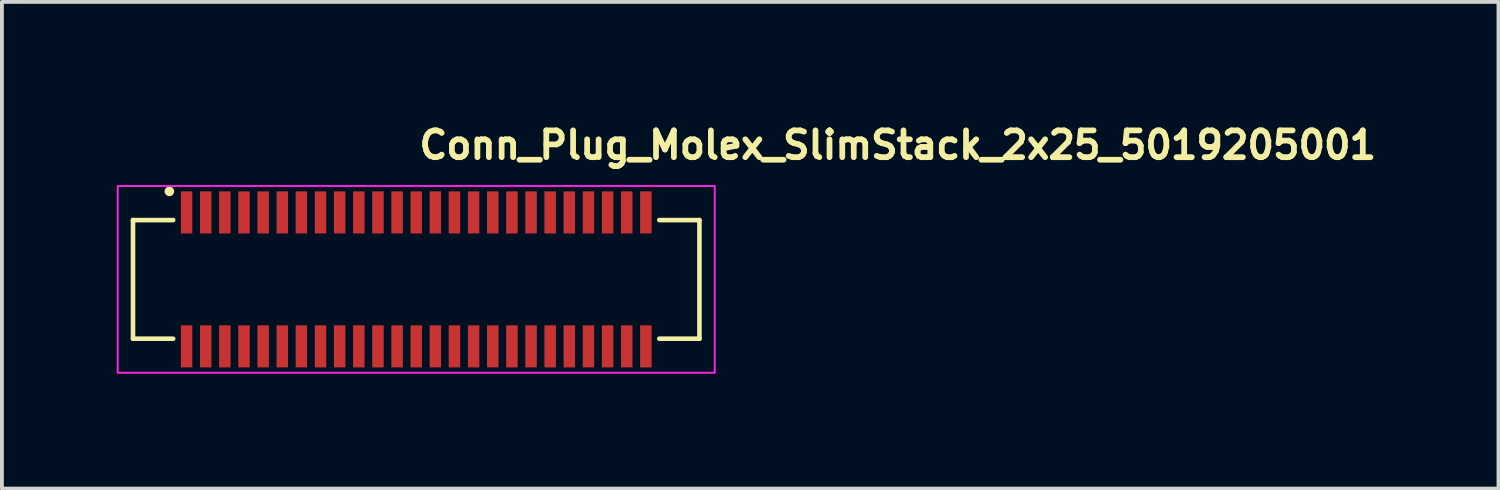
<source format=kicad_pcb>
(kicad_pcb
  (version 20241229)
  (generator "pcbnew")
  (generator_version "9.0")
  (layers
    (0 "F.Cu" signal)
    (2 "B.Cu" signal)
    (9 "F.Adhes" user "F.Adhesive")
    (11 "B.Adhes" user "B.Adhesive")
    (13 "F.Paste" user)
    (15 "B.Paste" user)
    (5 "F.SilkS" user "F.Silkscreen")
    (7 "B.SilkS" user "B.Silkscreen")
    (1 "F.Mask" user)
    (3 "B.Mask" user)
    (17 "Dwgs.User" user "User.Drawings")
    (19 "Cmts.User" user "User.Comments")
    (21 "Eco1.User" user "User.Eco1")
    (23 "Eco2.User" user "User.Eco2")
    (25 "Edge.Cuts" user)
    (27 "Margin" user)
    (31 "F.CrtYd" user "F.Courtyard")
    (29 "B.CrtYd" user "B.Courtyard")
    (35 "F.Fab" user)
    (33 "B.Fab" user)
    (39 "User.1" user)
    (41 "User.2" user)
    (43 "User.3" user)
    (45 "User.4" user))
  (footprint "Conn_Plug_Molex_SlimStack_2x25_5019205001"
    (layer "F.Cu")
    (at 7.825 4.25)
    (property "Reference" "Conn_Plug_Molex_SlimStack_2x25_5019205001" (at 0 -3.1 0) (layer "F.SilkS") (effects (font (size 0.7 0.7) (thickness 0.15)) (justify left bottom)))
    (attr smd)
    (fp_line (start -7.4 -1.55) (end -7.4 1.55) (stroke (width 0.12) (type solid)) (layer "F.SilkS"))
    (fp_line (start -7.4 1.55) (end -6.35 1.55) (stroke (width 0.12) (type solid)) (layer "F.SilkS"))
    (fp_line (start -6.35 -1.55) (end -7.4 -1.55) (stroke (width 0.12) (type solid)) (layer "F.SilkS"))
    (fp_line (start 6.35 1.55) (end 7.4 1.55) (stroke (width 0.12) (type solid)) (layer "F.SilkS"))
    (fp_line (start 7.4 -1.55) (end 6.35 -1.55) (stroke (width 0.12) (type solid)) (layer "F.SilkS"))
    (fp_line (start 7.4 1.55) (end 7.4 -1.55) (stroke (width 0.12) (type solid)) (layer "F.SilkS"))
    (fp_circle (center -6.45 -2.3) (end -6.4 -2.3) (stroke (width 0.15) (type solid)) (fill yes) (layer "F.SilkS"))
    (fp_rect (start -7.8 -2.44) (end 7.8 2.44) (stroke (width 0.05) (type solid)) (fill no) (layer "F.CrtYd"))
    (fp_rect (start -7.4 -2.05) (end 7.4 2.05) (stroke (width 0.1) (type solid)) (fill no) (layer "User.5"))
    (fp_line (start -7.4 -1.399) (end -7.4 1.399) (stroke (width 0.02) (type solid)) (layer "User.9"))
    (fp_line (start -7.4 1.399) (end -7.25 1.55) (stroke (width 0.02) (type solid)) (layer "User.9"))
    (fp_line (start -7.25 -1.55) (end -7.4 -1.399) (stroke (width 0.02) (type solid)) (layer "User.9"))
    (fp_line (start -6.8 -1.55) (end -7.25 -1.55) (stroke (width 0.02) (type solid)) (layer "User.9"))
    (fp_line (start -6.8 -1.55) (end -6.65 -1.399) (stroke (width 0.02) (type solid)) (layer "User.9"))
    (fp_line (start -6.8 -1.55) (end -1.5 -1.55) (stroke (width 0.02) (type solid)) (layer "User.9"))
    (fp_line (start -6.8 1.55) (end -7.25 1.55) (stroke (width 0.02) (type solid)) (layer "User.9"))
    (fp_line (start -6.8 1.55) (end -6.8 -1.55) (stroke (width 0.02) (type solid)) (layer "User.9"))
    (fp_line (start -6.65 -1.399) (end 6.65 -1.399) (stroke (width 0.02) (type solid)) (layer "User.9"))
    (fp_line (start -6.65 1.399) (end -6.8 1.55) (stroke (width 0.02) (type solid)) (layer "User.9"))
    (fp_line (start -6.65 1.399) (end -6.65 -1.399) (stroke (width 0.02) (type solid)) (layer "User.9"))
    (fp_line (start -6.519 -1.085) (end -6.436 -1.001) (stroke (width 0.02) (type solid)) (layer "User.9"))
    (fp_line (start -6.519 1.085) (end -6.436 1.001) (stroke (width 0.02) (type solid)) (layer "User.9"))
    (fp_line (start -6.436 -1.001) (end -6.436 -1.001) (stroke (width 0.02) (type solid)) (layer "User.9"))
    (fp_line (start -6.436 -1.001) (end -6.37 -0.935) (stroke (width 0.02) (type solid)) (layer "User.9"))
    (fp_line (start -6.436 1.001) (end -6.436 1.001) (stroke (width 0.02) (type solid)) (layer "User.9"))
    (fp_line (start -6.436 1.001) (end -6.37 0.935) (stroke (width 0.02) (type solid)) (layer "User.9"))
    (fp_line (start -6.37 -0.935) (end -6.099 -0.935) (stroke (width 0.02) (type solid)) (layer "User.9"))
    (fp_line (start -6.37 0.935) (end -6.37 -0.935) (stroke (width 0.02) (type solid)) (layer "User.9"))
    (fp_line (start -6.099 -1.085) (end -6.099 -1.165) (stroke (width 0.02) (type solid)) (layer "User.9"))
    (fp_line (start -6.099 -1.085) (end -6.099 -0.935) (stroke (width 0.02) (type solid)) (layer "User.9"))
    (fp_line (start -6.099 -1.085) (end -5.9 -1.085) (stroke (width 0.02) (type solid)) (layer "User.9"))
    (fp_line (start -6.099 -0.935) (end -6.085 -0.935) (stroke (width 0.02) (type solid)) (layer "User.9"))
    (fp_line (start -6.099 0.935) (end -6.37 0.935) (stroke (width 0.02) (type solid)) (layer "User.9"))
    (fp_line (start -6.099 0.935) (end -6.085 0.935) (stroke (width 0.02) (type solid)) (layer "User.9"))
    (fp_line (start -6.099 1.085) (end -6.099 0.935) (stroke (width 0.02) (type solid)) (layer "User.9"))
    (fp_line (start -6.099 1.085) (end -5.9 1.085) (stroke (width 0.02) (type solid)) (layer "User.9"))
    (fp_line (start -6.099 1.165) (end -6.099 1.085) (stroke (width 0.02) (type solid)) (layer "User.9"))
    (fp_line (start -6.085 -2.05) (end -6.085 -1.55) (stroke (width 0.02) (type solid)) (layer "User.9"))
    (fp_line (start -6.085 -2.05) (end -5.915 -2.05) (stroke (width 0.02) (type solid)) (layer "User.9"))
    (fp_line (start -6.085 -1.085) (end -6.085 -0.985) (stroke (width 0.02) (type solid)) (layer "User.9"))
    (fp_line (start -6.085 -0.985) (end -6.085 -0.935) (stroke (width 0.02) (type solid)) (layer "User.9"))
    (fp_line (start -6.085 -0.985) (end -5.915 -0.985) (stroke (width 0.02) (type solid)) (layer "User.9"))
    (fp_line (start -6.085 -0.935) (end -5.915 -0.935) (stroke (width 0.02) (type solid)) (layer "User.9"))
    (fp_line (start -6.085 0.935) (end -6.085 0.985) (stroke (width 0.02) (type solid)) (layer "User.9"))
    (fp_line (start -6.085 0.935) (end -5.915 0.935) (stroke (width 0.02) (type solid)) (layer "User.9"))
    (fp_line (start -6.085 0.985) (end -6.085 1.085) (stroke (width 0.02) (type solid)) (layer "User.9"))
    (fp_line (start -6.085 0.985) (end -5.915 0.985) (stroke (width 0.02) (type solid)) (layer "User.9"))
    (fp_line (start -6.085 1.55) (end -6.085 2.05) (stroke (width 0.02) (type solid)) (layer "User.9"))
    (fp_line (start -6.085 2.05) (end -5.915 2.05) (stroke (width 0.02) (type solid)) (layer "User.9"))
    (fp_line (start -5.915 -2.05) (end -5.915 -1.55) (stroke (width 0.02) (type solid)) (layer "User.9"))
    (fp_line (start -5.915 -1.085) (end -5.915 -0.985) (stroke (width 0.02) (type solid)) (layer "User.9"))
    (fp_line (start -5.915 -0.985) (end -5.915 -0.935) (stroke (width 0.02) (type solid)) (layer "User.9"))
    (fp_line (start -5.915 -0.935) (end -5.9 -0.935) (stroke (width 0.02) (type solid)) (layer "User.9"))
    (fp_line (start -5.915 0.935) (end -5.915 0.985) (stroke (width 0.02) (type solid)) (layer "User.9"))
    (fp_line (start -5.915 0.935) (end -5.9 0.935) (stroke (width 0.02) (type solid)) (layer "User.9"))
    (fp_line (start -5.915 0.985) (end -5.915 1.085) (stroke (width 0.02) (type solid)) (layer "User.9"))
    (fp_line (start -5.915 1.55) (end -5.915 2.05) (stroke (width 0.02) (type solid)) (layer "User.9"))
    (fp_line (start -5.9 -1.085) (end -5.9 -1.165) (stroke (width 0.02) (type solid)) (layer "User.9"))
    (fp_line (start -5.9 -1.085) (end -5.9 -0.935) (stroke (width 0.02) (type solid)) (layer "User.9"))
    (fp_line (start -5.9 -0.935) (end -5.599 -0.935) (stroke (width 0.02) (type solid)) (layer "User.9"))
    (fp_line (start -5.9 1.085) (end -5.9 0.935) (stroke (width 0.02) (type solid)) (layer "User.9"))
    (fp_line (start -5.9 1.165) (end -5.9 1.085) (stroke (width 0.02) (type solid)) (layer "User.9"))
    (fp_line (start -5.599 -1.085) (end -5.599 -1.165) (stroke (width 0.02) (type solid)) (layer "User.9"))
    (fp_line (start -5.599 -1.085) (end -5.599 -0.935) (stroke (width 0.02) (type solid)) (layer "User.9"))
    (fp_line (start -5.599 -1.085) (end -5.4 -1.085) (stroke (width 0.02) (type solid)) (layer "User.9"))
    (fp_line (start -5.599 -0.935) (end -5.585 -0.935) (stroke (width 0.02) (type solid)) (layer "User.9"))
    (fp_line (start -5.599 0.935) (end -5.9 0.935) (stroke (width 0.02) (type solid)) (layer "User.9"))
    (fp_line (start -5.599 0.935) (end -5.585 0.935) (stroke (width 0.02) (type solid)) (layer "User.9"))
    (fp_line (start -5.599 1.085) (end -5.599 0.935) (stroke (width 0.02) (type solid)) (layer "User.9"))
    (fp_line (start -5.599 1.085) (end -5.4 1.085) (stroke (width 0.02) (type solid)) (layer "User.9"))
    (fp_line (start -5.599 1.165) (end -5.599 1.085) (stroke (width 0.02) (type solid)) (layer "User.9"))
    (fp_line (start -5.585 -2.05) (end -5.585 -1.55) (stroke (width 0.02) (type solid)) (layer "User.9"))
    (fp_line (start -5.585 -2.05) (end -5.415 -2.05) (stroke (width 0.02) (type solid)) (layer "User.9"))
    (fp_line (start -5.585 -1.085) (end -5.585 -0.985) (stroke (width 0.02) (type solid)) (layer "User.9"))
    (fp_line (start -5.585 -0.985) (end -5.585 -0.935) (stroke (width 0.02) (type solid)) (layer "User.9"))
    (fp_line (start -5.585 -0.985) (end -5.415 -0.985) (stroke (width 0.02) (type solid)) (layer "User.9"))
    (fp_line (start -5.585 -0.935) (end -5.415 -0.935) (stroke (width 0.02) (type solid)) (layer "User.9"))
    (fp_line (start -5.585 0.935) (end -5.585 0.985) (stroke (width 0.02) (type solid)) (layer "User.9"))
    (fp_line (start -5.585 0.935) (end -5.415 0.935) (stroke (width 0.02) (type solid)) (layer "User.9"))
    (fp_line (start -5.585 0.985) (end -5.585 1.085) (stroke (width 0.02) (type solid)) (layer "User.9"))
    (fp_line (start -5.585 0.985) (end -5.415 0.985) (stroke (width 0.02) (type solid)) (layer "User.9"))
    (fp_line (start -5.585 1.55) (end -5.585 2.05) (stroke (width 0.02) (type solid)) (layer "User.9"))
    (fp_line (start -5.585 2.05) (end -5.415 2.05) (stroke (width 0.02) (type solid)) (layer "User.9"))
    (fp_line (start -5.415 -2.05) (end -5.415 -1.55) (stroke (width 0.02) (type solid)) (layer "User.9"))
    (fp_line (start -5.415 -1.085) (end -5.415 -0.985) (stroke (width 0.02) (type solid)) (layer "User.9"))
    (fp_line (start -5.415 -0.985) (end -5.415 -0.935) (stroke (width 0.02) (type solid)) (layer "User.9"))
    (fp_line (start -5.415 -0.935) (end -5.4 -0.935) (stroke (width 0.02) (type solid)) (layer "User.9"))
    (fp_line (start -5.415 0.935) (end -5.415 0.985) (stroke (width 0.02) (type solid)) (layer "User.9"))
    (fp_line (start -5.415 0.935) (end -5.4 0.935) (stroke (width 0.02) (type solid)) (layer "User.9"))
    (fp_line (start -5.415 0.985) (end -5.415 1.085) (stroke (width 0.02) (type solid)) (layer "User.9"))
    (fp_line (start -5.415 1.55) (end -5.415 2.05) (stroke (width 0.02) (type solid)) (layer "User.9"))
    (fp_line (start -5.4 -1.085) (end -5.4 -1.165) (stroke (width 0.02) (type solid)) (layer "User.9"))
    (fp_line (start -5.4 -1.085) (end -5.4 -0.935) (stroke (width 0.02) (type solid)) (layer "User.9"))
    (fp_line (start -5.4 -0.935) (end -5.099 -0.935) (stroke (width 0.02) (type solid)) (layer "User.9"))
    (fp_line (start -5.4 1.085) (end -5.4 0.935) (stroke (width 0.02) (type solid)) (layer "User.9"))
    (fp_line (start -5.4 1.165) (end -5.4 1.085) (stroke (width 0.02) (type solid)) (layer "User.9"))
    (fp_line (start -5.099 -1.085) (end -5.099 -1.165) (stroke (width 0.02) (type solid)) (layer "User.9"))
    (fp_line (start -5.099 -1.085) (end -5.099 -0.935) (stroke (width 0.02) (type solid)) (layer "User.9"))
    (fp_line (start -5.099 -1.085) (end -4.9 -1.085) (stroke (width 0.02) (type solid)) (layer "User.9"))
    (fp_line (start -5.099 -0.935) (end -5.085 -0.935) (stroke (width 0.02) (type solid)) (layer "User.9"))
    (fp_line (start -5.099 0.935) (end -5.4 0.935) (stroke (width 0.02) (type solid)) (layer "User.9"))
    (fp_line (start -5.099 0.935) (end -5.085 0.935) (stroke (width 0.02) (type solid)) (layer "User.9"))
    (fp_line (start -5.099 1.085) (end -5.099 0.935) (stroke (width 0.02) (type solid)) (layer "User.9"))
    (fp_line (start -5.099 1.085) (end -4.9 1.085) (stroke (width 0.02) (type solid)) (layer "User.9"))
    (fp_line (start -5.099 1.165) (end -5.099 1.085) (stroke (width 0.02) (type solid)) (layer "User.9"))
    (fp_line (start -5.085 -2.05) (end -5.085 -1.55) (stroke (width 0.02) (type solid)) (layer "User.9"))
    (fp_line (start -5.085 -2.05) (end -4.915 -2.05) (stroke (width 0.02) (type solid)) (layer "User.9"))
    (fp_line (start -5.085 -1.085) (end -5.085 -0.985) (stroke (width 0.02) (type solid)) (layer "User.9"))
    (fp_line (start -5.085 -0.985) (end -5.085 -0.935) (stroke (width 0.02) (type solid)) (layer "User.9"))
    (fp_line (start -5.085 -0.985) (end -4.915 -0.985) (stroke (width 0.02) (type solid)) (layer "User.9"))
    (fp_line (start -5.085 -0.935) (end -4.915 -0.935) (stroke (width 0.02) (type solid)) (layer "User.9"))
    (fp_line (start -5.085 0.935) (end -5.085 0.985) (stroke (width 0.02) (type solid)) (layer "User.9"))
    (fp_line (start -5.085 0.935) (end -4.915 0.935) (stroke (width 0.02) (type solid)) (layer "User.9"))
    (fp_line (start -5.085 0.985) (end -5.085 1.085) (stroke (width 0.02) (type solid)) (layer "User.9"))
    (fp_line (start -5.085 0.985) (end -4.915 0.985) (stroke (width 0.02) (type solid)) (layer "User.9"))
    (fp_line (start -5.085 1.55) (end -5.085 2.05) (stroke (width 0.02) (type solid)) (layer "User.9"))
    (fp_line (start -5.085 2.05) (end -4.915 2.05) (stroke (width 0.02) (type solid)) (layer "User.9"))
    (fp_line (start -4.915 -2.05) (end -4.915 -1.55) (stroke (width 0.02) (type solid)) (layer "User.9"))
    (fp_line (start -4.915 -1.085) (end -4.915 -0.985) (stroke (width 0.02) (type solid)) (layer "User.9"))
    (fp_line (start -4.915 -0.985) (end -4.915 -0.935) (stroke (width 0.02) (type solid)) (layer "User.9"))
    (fp_line (start -4.915 -0.935) (end -4.9 -0.935) (stroke (width 0.02) (type solid)) (layer "User.9"))
    (fp_line (start -4.915 0.935) (end -4.915 0.985) (stroke (width 0.02) (type solid)) (layer "User.9"))
    (fp_line (start -4.915 0.935) (end -4.9 0.935) (stroke (width 0.02) (type solid)) (layer "User.9"))
    (fp_line (start -4.915 0.985) (end -4.915 1.085) (stroke (width 0.02) (type solid)) (layer "User.9"))
    (fp_line (start -4.915 1.55) (end -4.915 2.05) (stroke (width 0.02) (type solid)) (layer "User.9"))
    (fp_line (start -4.9 -1.085) (end -4.9 -1.165) (stroke (width 0.02) (type solid)) (layer "User.9"))
    (fp_line (start -4.9 -1.085) (end -4.9 -0.935) (stroke (width 0.02) (type solid)) (layer "User.9"))
    (fp_line (start -4.9 -0.935) (end -4.6 -0.935) (stroke (width 0.02) (type solid)) (layer "User.9"))
    (fp_line (start -4.9 1.085) (end -4.9 0.935) (stroke (width 0.02) (type solid)) (layer "User.9"))
    (fp_line (start -4.9 1.165) (end -4.9 1.085) (stroke (width 0.02) (type solid)) (layer "User.9"))
    (fp_line (start -4.6 -1.085) (end -4.6 -1.165) (stroke (width 0.02) (type solid)) (layer "User.9"))
    (fp_line (start -4.6 -1.085) (end -4.6 -0.935) (stroke (width 0.02) (type solid)) (layer "User.9"))
    (fp_line (start -4.6 -1.085) (end -4.4 -1.085) (stroke (width 0.02) (type solid)) (layer "User.9"))
    (fp_line (start -4.6 -0.935) (end -4.585 -0.935) (stroke (width 0.02) (type solid)) (layer "User.9"))
    (fp_line (start -4.6 0.935) (end -4.9 0.935) (stroke (width 0.02) (type solid)) (layer "User.9"))
    (fp_line (start -4.6 0.935) (end -4.585 0.935) (stroke (width 0.02) (type solid)) (layer "User.9"))
    (fp_line (start -4.6 1.085) (end -4.6 0.935) (stroke (width 0.02) (type solid)) (layer "User.9"))
    (fp_line (start -4.6 1.085) (end -4.4 1.085) (stroke (width 0.02) (type solid)) (layer "User.9"))
    (fp_line (start -4.6 1.165) (end -4.6 1.085) (stroke (width 0.02) (type solid)) (layer "User.9"))
    (fp_line (start -4.585 -2.05) (end -4.585 -1.55) (stroke (width 0.02) (type solid)) (layer "User.9"))
    (fp_line (start -4.585 -2.05) (end -4.415 -2.05) (stroke (width 0.02) (type solid)) (layer "User.9"))
    (fp_line (start -4.585 -1.085) (end -4.585 -0.985) (stroke (width 0.02) (type solid)) (layer "User.9"))
    (fp_line (start -4.585 -0.985) (end -4.585 -0.935) (stroke (width 0.02) (type solid)) (layer "User.9"))
    (fp_line (start -4.585 -0.985) (end -4.415 -0.985) (stroke (width 0.02) (type solid)) (layer "User.9"))
    (fp_line (start -4.585 -0.935) (end -4.415 -0.935) (stroke (width 0.02) (type solid)) (layer "User.9"))
    (fp_line (start -4.585 0.935) (end -4.585 0.985) (stroke (width 0.02) (type solid)) (layer "User.9"))
    (fp_line (start -4.585 0.935) (end -4.415 0.935) (stroke (width 0.02) (type solid)) (layer "User.9"))
    (fp_line (start -4.585 0.985) (end -4.585 1.085) (stroke (width 0.02) (type solid)) (layer "User.9"))
    (fp_line (start -4.585 0.985) (end -4.415 0.985) (stroke (width 0.02) (type solid)) (layer "User.9"))
    (fp_line (start -4.585 1.55) (end -4.585 2.05) (stroke (width 0.02) (type solid)) (layer "User.9"))
    (fp_line (start -4.585 2.05) (end -4.415 2.05) (stroke (width 0.02) (type solid)) (layer "User.9"))
    (fp_line (start -4.415 -2.05) (end -4.415 -1.55) (stroke (width 0.02) (type solid)) (layer "User.9"))
    (fp_line (start -4.415 -1.085) (end -4.415 -0.985) (stroke (width 0.02) (type solid)) (layer "User.9"))
    (fp_line (start -4.415 -0.985) (end -4.415 -0.935) (stroke (width 0.02) (type solid)) (layer "User.9"))
    (fp_line (start -4.415 -0.935) (end -4.4 -0.935) (stroke (width 0.02) (type solid)) (layer "User.9"))
    (fp_line (start -4.415 0.935) (end -4.415 0.985) (stroke (width 0.02) (type solid)) (layer "User.9"))
    (fp_line (start -4.415 0.935) (end -4.4 0.935) (stroke (width 0.02) (type solid)) (layer "User.9"))
    (fp_line (start -4.415 0.985) (end -4.415 1.085) (stroke (width 0.02) (type solid)) (layer "User.9"))
    (fp_line (start -4.415 1.55) (end -4.415 2.05) (stroke (width 0.02) (type solid)) (layer "User.9"))
    (fp_line (start -4.4 -1.085) (end -4.4 -1.165) (stroke (width 0.02) (type solid)) (layer "User.9"))
    (fp_line (start -4.4 -1.085) (end -4.4 -0.935) (stroke (width 0.02) (type solid)) (layer "User.9"))
    (fp_line (start -4.4 -0.935) (end -4.1 -0.935) (stroke (width 0.02) (type solid)) (layer "User.9"))
    (fp_line (start -4.4 1.085) (end -4.4 0.935) (stroke (width 0.02) (type solid)) (layer "User.9"))
    (fp_line (start -4.4 1.165) (end -4.4 1.085) (stroke (width 0.02) (type solid)) (layer "User.9"))
    (fp_line (start -4.1 -1.085) (end -4.1 -1.165) (stroke (width 0.02) (type solid)) (layer "User.9"))
    (fp_line (start -4.1 -1.085) (end -4.1 -0.935) (stroke (width 0.02) (type solid)) (layer "User.9"))
    (fp_line (start -4.1 -1.085) (end -3.9 -1.085) (stroke (width 0.02) (type solid)) (layer "User.9"))
    (fp_line (start -4.1 -0.935) (end -4.085 -0.935) (stroke (width 0.02) (type solid)) (layer "User.9"))
    (fp_line (start -4.1 0.935) (end -4.4 0.935) (stroke (width 0.02) (type solid)) (layer "User.9"))
    (fp_line (start -4.1 0.935) (end -4.085 0.935) (stroke (width 0.02) (type solid)) (layer "User.9"))
    (fp_line (start -4.1 1.085) (end -4.1 0.935) (stroke (width 0.02) (type solid)) (layer "User.9"))
    (fp_line (start -4.1 1.085) (end -3.9 1.085) (stroke (width 0.02) (type solid)) (layer "User.9"))
    (fp_line (start -4.1 1.165) (end -4.1 1.085) (stroke (width 0.02) (type solid)) (layer "User.9"))
    (fp_line (start -4.085 -2.05) (end -4.085 -1.55) (stroke (width 0.02) (type solid)) (layer "User.9"))
    (fp_line (start -4.085 -2.05) (end -3.915 -2.05) (stroke (width 0.02) (type solid)) (layer "User.9"))
    (fp_line (start -4.085 -1.085) (end -4.085 -0.985) (stroke (width 0.02) (type solid)) (layer "User.9"))
    (fp_line (start -4.085 -0.985) (end -4.085 -0.935) (stroke (width 0.02) (type solid)) (layer "User.9"))
    (fp_line (start -4.085 -0.985) (end -3.915 -0.985) (stroke (width 0.02) (type solid)) (layer "User.9"))
    (fp_line (start -4.085 -0.935) (end -3.915 -0.935) (stroke (width 0.02) (type solid)) (layer "User.9"))
    (fp_line (start -4.085 0.935) (end -4.085 0.985) (stroke (width 0.02) (type solid)) (layer "User.9"))
    (fp_line (start -4.085 0.935) (end -3.915 0.935) (stroke (width 0.02) (type solid)) (layer "User.9"))
    (fp_line (start -4.085 0.985) (end -4.085 1.085) (stroke (width 0.02) (type solid)) (layer "User.9"))
    (fp_line (start -4.085 0.985) (end -3.915 0.985) (stroke (width 0.02) (type solid)) (layer "User.9"))
    (fp_line (start -4.085 1.55) (end -4.085 2.05) (stroke (width 0.02) (type solid)) (layer "User.9"))
    (fp_line (start -4.085 2.05) (end -3.915 2.05) (stroke (width 0.02) (type solid)) (layer "User.9"))
    (fp_line (start -3.915 -2.05) (end -3.915 -1.55) (stroke (width 0.02) (type solid)) (layer "User.9"))
    (fp_line (start -3.915 -1.085) (end -3.915 -0.985) (stroke (width 0.02) (type solid)) (layer "User.9"))
    (fp_line (start -3.915 -0.985) (end -3.915 -0.935) (stroke (width 0.02) (type solid)) (layer "User.9"))
    (fp_line (start -3.915 -0.935) (end -3.9 -0.935) (stroke (width 0.02) (type solid)) (layer "User.9"))
    (fp_line (start -3.915 0.935) (end -3.915 0.985) (stroke (width 0.02) (type solid)) (layer "User.9"))
    (fp_line (start -3.915 0.935) (end -3.9 0.935) (stroke (width 0.02) (type solid)) (layer "User.9"))
    (fp_line (start -3.915 0.985) (end -3.915 1.085) (stroke (width 0.02) (type solid)) (layer "User.9"))
    (fp_line (start -3.915 1.55) (end -3.915 2.05) (stroke (width 0.02) (type solid)) (layer "User.9"))
    (fp_line (start -3.9 -1.085) (end -3.9 -1.165) (stroke (width 0.02) (type solid)) (layer "User.9"))
    (fp_line (start -3.9 -1.085) (end -3.9 -0.935) (stroke (width 0.02) (type solid)) (layer "User.9"))
    (fp_line (start -3.9 -0.935) (end -3.6 -0.935) (stroke (width 0.02) (type solid)) (layer "User.9"))
    (fp_line (start -3.9 1.085) (end -3.9 0.935) (stroke (width 0.02) (type solid)) (layer "User.9"))
    (fp_line (start -3.9 1.165) (end -3.9 1.085) (stroke (width 0.02) (type solid)) (layer "User.9"))
    (fp_line (start -3.6 -1.085) (end -3.6 -1.165) (stroke (width 0.02) (type solid)) (layer "User.9"))
    (fp_line (start -3.6 -1.085) (end -3.6 -0.935) (stroke (width 0.02) (type solid)) (layer "User.9"))
    (fp_line (start -3.6 -1.085) (end -3.4 -1.085) (stroke (width 0.02) (type solid)) (layer "User.9"))
    (fp_line (start -3.6 -0.935) (end -3.585 -0.935) (stroke (width 0.02) (type solid)) (layer "User.9"))
    (fp_line (start -3.6 0.935) (end -3.9 0.935) (stroke (width 0.02) (type solid)) (layer "User.9"))
    (fp_line (start -3.6 0.935) (end -3.585 0.935) (stroke (width 0.02) (type solid)) (layer "User.9"))
    (fp_line (start -3.6 1.085) (end -3.6 0.935) (stroke (width 0.02) (type solid)) (layer "User.9"))
    (fp_line (start -3.6 1.085) (end -3.4 1.085) (stroke (width 0.02) (type solid)) (layer "User.9"))
    (fp_line (start -3.6 1.165) (end -3.6 1.085) (stroke (width 0.02) (type solid)) (layer "User.9"))
    (fp_line (start -3.585 -2.05) (end -3.585 -1.55) (stroke (width 0.02) (type solid)) (layer "User.9"))
    (fp_line (start -3.585 -2.05) (end -3.415 -2.05) (stroke (width 0.02) (type solid)) (layer "User.9"))
    (fp_line (start -3.585 -1.085) (end -3.585 -0.985) (stroke (width 0.02) (type solid)) (layer "User.9"))
    (fp_line (start -3.585 -0.985) (end -3.585 -0.935) (stroke (width 0.02) (type solid)) (layer "User.9"))
    (fp_line (start -3.585 -0.985) (end -3.415 -0.985) (stroke (width 0.02) (type solid)) (layer "User.9"))
    (fp_line (start -3.585 -0.935) (end -3.415 -0.935) (stroke (width 0.02) (type solid)) (layer "User.9"))
    (fp_line (start -3.585 0.935) (end -3.585 0.985) (stroke (width 0.02) (type solid)) (layer "User.9"))
    (fp_line (start -3.585 0.935) (end -3.415 0.935) (stroke (width 0.02) (type solid)) (layer "User.9"))
    (fp_line (start -3.585 0.985) (end -3.585 1.085) (stroke (width 0.02) (type solid)) (layer "User.9"))
    (fp_line (start -3.585 0.985) (end -3.415 0.985) (stroke (width 0.02) (type solid)) (layer "User.9"))
    (fp_line (start -3.585 1.55) (end -3.585 2.05) (stroke (width 0.02) (type solid)) (layer "User.9"))
    (fp_line (start -3.585 2.05) (end -3.415 2.05) (stroke (width 0.02) (type solid)) (layer "User.9"))
    (fp_line (start -3.415 -2.05) (end -3.415 -1.55) (stroke (width 0.02) (type solid)) (layer "User.9"))
    (fp_line (start -3.415 -1.085) (end -3.415 -0.985) (stroke (width 0.02) (type solid)) (layer "User.9"))
    (fp_line (start -3.415 -0.985) (end -3.415 -0.935) (stroke (width 0.02) (type solid)) (layer "User.9"))
    (fp_line (start -3.415 -0.935) (end -3.4 -0.935) (stroke (width 0.02) (type solid)) (layer "User.9"))
    (fp_line (start -3.415 0.935) (end -3.415 0.985) (stroke (width 0.02) (type solid)) (layer "User.9"))
    (fp_line (start -3.415 0.935) (end -3.4 0.935) (stroke (width 0.02) (type solid)) (layer "User.9"))
    (fp_line (start -3.415 0.985) (end -3.415 1.085) (stroke (width 0.02) (type solid)) (layer "User.9"))
    (fp_line (start -3.415 1.55) (end -3.415 2.05) (stroke (width 0.02) (type solid)) (layer "User.9"))
    (fp_line (start -3.4 -1.085) (end -3.4 -1.165) (stroke (width 0.02) (type solid)) (layer "User.9"))
    (fp_line (start -3.4 -1.085) (end -3.4 -0.935) (stroke (width 0.02) (type solid)) (layer "User.9"))
    (fp_line (start -3.4 -0.935) (end -3.1 -0.935) (stroke (width 0.02) (type solid)) (layer "User.9"))
    (fp_line (start -3.4 1.085) (end -3.4 0.935) (stroke (width 0.02) (type solid)) (layer "User.9"))
    (fp_line (start -3.4 1.165) (end -3.4 1.085) (stroke (width 0.02) (type solid)) (layer "User.9"))
    (fp_line (start -3.1 -1.085) (end -3.1 -1.165) (stroke (width 0.02) (type solid)) (layer "User.9"))
    (fp_line (start -3.1 -1.085) (end -3.1 -0.935) (stroke (width 0.02) (type solid)) (layer "User.9"))
    (fp_line (start -3.1 -1.085) (end -2.9 -1.085) (stroke (width 0.02) (type solid)) (layer "User.9"))
    (fp_line (start -3.1 -0.935) (end -3.085 -0.935) (stroke (width 0.02) (type solid)) (layer "User.9"))
    (fp_line (start -3.1 0.935) (end -3.4 0.935) (stroke (width 0.02) (type solid)) (layer "User.9"))
    (fp_line (start -3.1 0.935) (end -3.085 0.935) (stroke (width 0.02) (type solid)) (layer "User.9"))
    (fp_line (start -3.1 1.085) (end -3.1 0.935) (stroke (width 0.02) (type solid)) (layer "User.9"))
    (fp_line (start -3.1 1.085) (end -2.9 1.085) (stroke (width 0.02) (type solid)) (layer "User.9"))
    (fp_line (start -3.1 1.165) (end -3.1 1.085) (stroke (width 0.02) (type solid)) (layer "User.9"))
    (fp_line (start -3.085 -2.05) (end -3.085 -1.55) (stroke (width 0.02) (type solid)) (layer "User.9"))
    (fp_line (start -3.085 -2.05) (end -2.915 -2.05) (stroke (width 0.02) (type solid)) (layer "User.9"))
    (fp_line (start -3.085 -1.085) (end -3.085 -0.985) (stroke (width 0.02) (type solid)) (layer "User.9"))
    (fp_line (start -3.085 -0.985) (end -3.085 -0.935) (stroke (width 0.02) (type solid)) (layer "User.9"))
    (fp_line (start -3.085 -0.985) (end -2.915 -0.985) (stroke (width 0.02) (type solid)) (layer "User.9"))
    (fp_line (start -3.085 -0.935) (end -2.915 -0.935) (stroke (width 0.02) (type solid)) (layer "User.9"))
    (fp_line (start -3.085 0.935) (end -3.085 0.985) (stroke (width 0.02) (type solid)) (layer "User.9"))
    (fp_line (start -3.085 0.935) (end -2.915 0.935) (stroke (width 0.02) (type solid)) (layer "User.9"))
    (fp_line (start -3.085 0.985) (end -3.085 1.085) (stroke (width 0.02) (type solid)) (layer "User.9"))
    (fp_line (start -3.085 0.985) (end -2.915 0.985) (stroke (width 0.02) (type solid)) (layer "User.9"))
    (fp_line (start -3.085 1.55) (end -3.085 2.05) (stroke (width 0.02) (type solid)) (layer "User.9"))
    (fp_line (start -3.085 2.05) (end -2.915 2.05) (stroke (width 0.02) (type solid)) (layer "User.9"))
    (fp_line (start -2.915 -2.05) (end -2.915 -1.55) (stroke (width 0.02) (type solid)) (layer "User.9"))
    (fp_line (start -2.915 -1.085) (end -2.915 -0.985) (stroke (width 0.02) (type solid)) (layer "User.9"))
    (fp_line (start -2.915 -0.985) (end -2.915 -0.935) (stroke (width 0.02) (type solid)) (layer "User.9"))
    (fp_line (start -2.915 -0.935) (end -2.9 -0.935) (stroke (width 0.02) (type solid)) (layer "User.9"))
    (fp_line (start -2.915 0.935) (end -2.915 0.985) (stroke (width 0.02) (type solid)) (layer "User.9"))
    (fp_line (start -2.915 0.935) (end -2.9 0.935) (stroke (width 0.02) (type solid)) (layer "User.9"))
    (fp_line (start -2.915 0.985) (end -2.915 1.085) (stroke (width 0.02) (type solid)) (layer "User.9"))
    (fp_line (start -2.915 1.55) (end -2.915 2.05) (stroke (width 0.02) (type solid)) (layer "User.9"))
    (fp_line (start -2.9 -1.085) (end -2.9 -1.165) (stroke (width 0.02) (type solid)) (layer "User.9"))
    (fp_line (start -2.9 -1.085) (end -2.9 -0.935) (stroke (width 0.02) (type solid)) (layer "User.9"))
    (fp_line (start -2.9 -0.935) (end -2.6 -0.935) (stroke (width 0.02) (type solid)) (layer "User.9"))
    (fp_line (start -2.9 1.085) (end -2.9 0.935) (stroke (width 0.02) (type solid)) (layer "User.9"))
    (fp_line (start -2.9 1.165) (end -2.9 1.085) (stroke (width 0.02) (type solid)) (layer "User.9"))
    (fp_line (start -2.6 -1.085) (end -2.6 -1.165) (stroke (width 0.02) (type solid)) (layer "User.9"))
    (fp_line (start -2.6 -1.085) (end -2.6 -0.935) (stroke (width 0.02) (type solid)) (layer "User.9"))
    (fp_line (start -2.6 -1.085) (end -2.4 -1.085) (stroke (width 0.02) (type solid)) (layer "User.9"))
    (fp_line (start -2.6 -0.935) (end -2.585 -0.935) (stroke (width 0.02) (type solid)) (layer "User.9"))
    (fp_line (start -2.6 0.935) (end -2.9 0.935) (stroke (width 0.02) (type solid)) (layer "User.9"))
    (fp_line (start -2.6 0.935) (end -2.585 0.935) (stroke (width 0.02) (type solid)) (layer "User.9"))
    (fp_line (start -2.6 1.085) (end -2.6 0.935) (stroke (width 0.02) (type solid)) (layer "User.9"))
    (fp_line (start -2.6 1.085) (end -2.4 1.085) (stroke (width 0.02) (type solid)) (layer "User.9"))
    (fp_line (start -2.6 1.165) (end -2.6 1.085) (stroke (width 0.02) (type solid)) (layer "User.9"))
    (fp_line (start -2.585 -2.05) (end -2.585 -1.55) (stroke (width 0.02) (type solid)) (layer "User.9"))
    (fp_line (start -2.585 -2.05) (end -2.415 -2.05) (stroke (width 0.02) (type solid)) (layer "User.9"))
    (fp_line (start -2.585 -1.085) (end -2.585 -0.985) (stroke (width 0.02) (type solid)) (layer "User.9"))
    (fp_line (start -2.585 -0.985) (end -2.585 -0.935) (stroke (width 0.02) (type solid)) (layer "User.9"))
    (fp_line (start -2.585 -0.985) (end -2.415 -0.985) (stroke (width 0.02) (type solid)) (layer "User.9"))
    (fp_line (start -2.585 -0.935) (end -2.415 -0.935) (stroke (width 0.02) (type solid)) (layer "User.9"))
    (fp_line (start -2.585 0.935) (end -2.585 0.985) (stroke (width 0.02) (type solid)) (layer "User.9"))
    (fp_line (start -2.585 0.935) (end -2.415 0.935) (stroke (width 0.02) (type solid)) (layer "User.9"))
    (fp_line (start -2.585 0.985) (end -2.585 1.085) (stroke (width 0.02) (type solid)) (layer "User.9"))
    (fp_line (start -2.585 0.985) (end -2.415 0.985) (stroke (width 0.02) (type solid)) (layer "User.9"))
    (fp_line (start -2.585 1.55) (end -2.585 2.05) (stroke (width 0.02) (type solid)) (layer "User.9"))
    (fp_line (start -2.585 2.05) (end -2.415 2.05) (stroke (width 0.02) (type solid)) (layer "User.9"))
    (fp_line (start -2.415 -2.05) (end -2.415 -1.55) (stroke (width 0.02) (type solid)) (layer "User.9"))
    (fp_line (start -2.415 -1.085) (end -2.415 -0.985) (stroke (width 0.02) (type solid)) (layer "User.9"))
    (fp_line (start -2.415 -0.985) (end -2.415 -0.935) (stroke (width 0.02) (type solid)) (layer "User.9"))
    (fp_line (start -2.415 -0.935) (end -2.4 -0.935) (stroke (width 0.02) (type solid)) (layer "User.9"))
    (fp_line (start -2.415 0.935) (end -2.415 0.985) (stroke (width 0.02) (type solid)) (layer "User.9"))
    (fp_line (start -2.415 0.935) (end -2.4 0.935) (stroke (width 0.02) (type solid)) (layer "User.9"))
    (fp_line (start -2.415 0.985) (end -2.415 1.085) (stroke (width 0.02) (type solid)) (layer "User.9"))
    (fp_line (start -2.415 1.55) (end -2.415 2.05) (stroke (width 0.02) (type solid)) (layer "User.9"))
    (fp_line (start -2.4 -1.085) (end -2.4 -1.165) (stroke (width 0.02) (type solid)) (layer "User.9"))
    (fp_line (start -2.4 -1.085) (end -2.4 -0.935) (stroke (width 0.02) (type solid)) (layer "User.9"))
    (fp_line (start -2.4 -0.935) (end -2.1 -0.935) (stroke (width 0.02) (type solid)) (layer "User.9"))
    (fp_line (start -2.4 1.085) (end -2.4 0.935) (stroke (width 0.02) (type solid)) (layer "User.9"))
    (fp_line (start -2.4 1.165) (end -2.4 1.085) (stroke (width 0.02) (type solid)) (layer "User.9"))
    (fp_line (start -2.1 -1.085) (end -2.1 -1.165) (stroke (width 0.02) (type solid)) (layer "User.9"))
    (fp_line (start -2.1 -1.085) (end -2.1 -0.935) (stroke (width 0.02) (type solid)) (layer "User.9"))
    (fp_line (start -2.1 -1.085) (end -1.899 -1.085) (stroke (width 0.02) (type solid)) (layer "User.9"))
    (fp_line (start -2.1 -0.935) (end -2.085 -0.935) (stroke (width 0.02) (type solid)) (layer "User.9"))
    (fp_line (start -2.1 0.935) (end -2.4 0.935) (stroke (width 0.02) (type solid)) (layer "User.9"))
    (fp_line (start -2.1 0.935) (end -2.085 0.935) (stroke (width 0.02) (type solid)) (layer "User.9"))
    (fp_line (start -2.1 1.085) (end -2.1 0.935) (stroke (width 0.02) (type solid)) (layer "User.9"))
    (fp_line (start -2.1 1.085) (end -1.899 1.085) (stroke (width 0.02) (type solid)) (layer "User.9"))
    (fp_line (start -2.1 1.165) (end -2.1 1.085) (stroke (width 0.02) (type solid)) (layer "User.9"))
    (fp_line (start -2.085 -2.05) (end -2.085 -1.55) (stroke (width 0.02) (type solid)) (layer "User.9"))
    (fp_line (start -2.085 -2.05) (end -1.915 -2.05) (stroke (width 0.02) (type solid)) (layer "User.9"))
    (fp_line (start -2.085 -1.085) (end -2.085 -0.985) (stroke (width 0.02) (type solid)) (layer "User.9"))
    (fp_line (start -2.085 -0.985) (end -2.085 -0.935) (stroke (width 0.02) (type solid)) (layer "User.9"))
    (fp_line (start -2.085 -0.985) (end -1.915 -0.985) (stroke (width 0.02) (type solid)) (layer "User.9"))
    (fp_line (start -2.085 -0.935) (end -1.915 -0.935) (stroke (width 0.02) (type solid)) (layer "User.9"))
    (fp_line (start -2.085 0.935) (end -2.085 0.985) (stroke (width 0.02) (type solid)) (layer "User.9"))
    (fp_line (start -2.085 0.935) (end -1.915 0.935) (stroke (width 0.02) (type solid)) (layer "User.9"))
    (fp_line (start -2.085 0.985) (end -2.085 1.085) (stroke (width 0.02) (type solid)) (layer "User.9"))
    (fp_line (start -2.085 0.985) (end -1.915 0.985) (stroke (width 0.02) (type solid)) (layer "User.9"))
    (fp_line (start -2.085 1.55) (end -2.085 2.05) (stroke (width 0.02) (type solid)) (layer "User.9"))
    (fp_line (start -2.085 2.05) (end -1.915 2.05) (stroke (width 0.02) (type solid)) (layer "User.9"))
    (fp_line (start -1.915 -2.05) (end -1.915 -1.55) (stroke (width 0.02) (type solid)) (layer "User.9"))
    (fp_line (start -1.915 -1.085) (end -1.915 -0.985) (stroke (width 0.02) (type solid)) (layer "User.9"))
    (fp_line (start -1.915 -0.985) (end -1.915 -0.935) (stroke (width 0.02) (type solid)) (layer "User.9"))
    (fp_line (start -1.915 -0.935) (end -1.899 -0.935) (stroke (width 0.02) (type solid)) (layer "User.9"))
    (fp_line (start -1.915 0.935) (end -1.915 0.985) (stroke (width 0.02) (type solid)) (layer "User.9"))
    (fp_line (start -1.915 0.935) (end -1.899 0.935) (stroke (width 0.02) (type solid)) (layer "User.9"))
    (fp_line (start -1.915 0.985) (end -1.915 1.085) (stroke (width 0.02) (type solid)) (layer "User.9"))
    (fp_line (start -1.915 1.55) (end -1.915 2.05) (stroke (width 0.02) (type solid)) (layer "User.9"))
    (fp_line (start -1.899 -1.085) (end -1.899 -1.165) (stroke (width 0.02) (type solid)) (layer "User.9"))
    (fp_line (start -1.899 -1.085) (end -1.899 -0.935) (stroke (width 0.02) (type solid)) (layer "User.9"))
    (fp_line (start -1.899 -0.935) (end -1.6 -0.935) (stroke (width 0.02) (type solid)) (layer "User.9"))
    (fp_line (start -1.899 1.085) (end -1.899 0.935) (stroke (width 0.02) (type solid)) (layer "User.9"))
    (fp_line (start -1.899 1.165) (end -1.899 1.085) (stroke (width 0.02) (type solid)) (layer "User.9"))
    (fp_line (start -1.6 -1.085) (end -1.6 -1.165) (stroke (width 0.02) (type solid)) (layer "User.9"))
    (fp_line (start -1.6 -1.085) (end -1.6 -0.935) (stroke (width 0.02) (type solid)) (layer "User.9"))
    (fp_line (start -1.6 -1.085) (end -1.399 -1.085) (stroke (width 0.02) (type solid)) (layer "User.9"))
    (fp_line (start -1.6 -0.935) (end -1.585 -0.935) (stroke (width 0.02) (type solid)) (layer "User.9"))
    (fp_line (start -1.6 0.935) (end -1.899 0.935) (stroke (width 0.02) (type solid)) (layer "User.9"))
    (fp_line (start -1.6 0.935) (end -1.585 0.935) (stroke (width 0.02) (type solid)) (layer "User.9"))
    (fp_line (start -1.6 1.085) (end -1.6 0.935) (stroke (width 0.02) (type solid)) (layer "User.9"))
    (fp_line (start -1.6 1.085) (end -1.399 1.085) (stroke (width 0.02) (type solid)) (layer "User.9"))
    (fp_line (start -1.6 1.165) (end -1.6 1.085) (stroke (width 0.02) (type solid)) (layer "User.9"))
    (fp_line (start -1.585 -2.05) (end -1.585 -1.55) (stroke (width 0.02) (type solid)) (layer "User.9"))
    (fp_line (start -1.585 -2.05) (end -1.415 -2.05) (stroke (width 0.02) (type solid)) (layer "User.9"))
    (fp_line (start -1.585 -1.085) (end -1.585 -0.985) (stroke (width 0.02) (type solid)) (layer "User.9"))
    (fp_line (start -1.585 -0.985) (end -1.585 -0.935) (stroke (width 0.02) (type solid)) (layer "User.9"))
    (fp_line (start -1.585 -0.985) (end -1.415 -0.985) (stroke (width 0.02) (type solid)) (layer "User.9"))
    (fp_line (start -1.585 -0.935) (end -1.415 -0.935) (stroke (width 0.02) (type solid)) (layer "User.9"))
    (fp_line (start -1.585 0.935) (end -1.585 0.985) (stroke (width 0.02) (type solid)) (layer "User.9"))
    (fp_line (start -1.585 0.935) (end -1.415 0.935) (stroke (width 0.02) (type solid)) (layer "User.9"))
    (fp_line (start -1.585 0.985) (end -1.585 1.085) (stroke (width 0.02) (type solid)) (layer "User.9"))
    (fp_line (start -1.585 0.985) (end -1.415 0.985) (stroke (width 0.02) (type solid)) (layer "User.9"))
    (fp_line (start -1.585 1.55) (end -1.585 2.05) (stroke (width 0.02) (type solid)) (layer "User.9"))
    (fp_line (start -1.585 2.05) (end -1.415 2.05) (stroke (width 0.02) (type solid)) (layer "User.9"))
    (fp_line (start -1.5 -1.649) (end -1.5 -1.55) (stroke (width 0.02) (type solid)) (layer "User.9"))
    (fp_line (start -1.5 1.55) (end -6.8 1.55) (stroke (width 0.02) (type solid)) (layer "User.9"))
    (fp_line (start -1.5 1.55) (end -1.5 1.649) (stroke (width 0.02) (type solid)) (layer "User.9"))
    (fp_line (start -1.415 -2.05) (end -1.415 -1.649) (stroke (width 0.02) (type solid)) (layer "User.9"))
    (fp_line (start -1.415 -1.085) (end -1.415 -0.985) (stroke (width 0.02) (type solid)) (layer "User.9"))
    (fp_line (start -1.415 -0.985) (end -1.415 -0.935) (stroke (width 0.02) (type solid)) (layer "User.9"))
    (fp_line (start -1.415 -0.935) (end -1.399 -0.935) (stroke (width 0.02) (type solid)) (layer "User.9"))
    (fp_line (start -1.415 0.935) (end -1.415 0.985) (stroke (width 0.02) (type solid)) (layer "User.9"))
    (fp_line (start -1.415 0.935) (end -1.399 0.935) (stroke (width 0.02) (type solid)) (layer "User.9"))
    (fp_line (start -1.415 0.985) (end -1.415 1.085) (stroke (width 0.02) (type solid)) (layer "User.9"))
    (fp_line (start -1.415 1.649) (end -1.415 2.05) (stroke (width 0.02) (type solid)) (layer "User.9"))
    (fp_line (start -1.399 -1.085) (end -1.399 -1.165) (stroke (width 0.02) (type solid)) (layer "User.9"))
    (fp_line (start -1.399 -1.085) (end -1.399 -0.935) (stroke (width 0.02) (type solid)) (layer "User.9"))
    (fp_line (start -1.399 -0.935) (end -1.1 -0.935) (stroke (width 0.02) (type solid)) (layer "User.9"))
    (fp_line (start -1.399 1.085) (end -1.399 0.935) (stroke (width 0.02) (type solid)) (layer "User.9"))
    (fp_line (start -1.399 1.165) (end -1.399 1.085) (stroke (width 0.02) (type solid)) (layer "User.9"))
    (fp_line (start -1.1 -1.085) (end -1.1 -1.165) (stroke (width 0.02) (type solid)) (layer "User.9"))
    (fp_line (start -1.1 -1.085) (end -1.1 -0.935) (stroke (width 0.02) (type solid)) (layer "User.9"))
    (fp_line (start -1.1 -1.085) (end -0.9 -1.085) (stroke (width 0.02) (type solid)) (layer "User.9"))
    (fp_line (start -1.1 -0.935) (end -1.085 -0.935) (stroke (width 0.02) (type solid)) (layer "User.9"))
    (fp_line (start -1.1 0.935) (end -1.399 0.935) (stroke (width 0.02) (type solid)) (layer "User.9"))
    (fp_line (start -1.1 0.935) (end -1.085 0.935) (stroke (width 0.02) (type solid)) (layer "User.9"))
    (fp_line (start -1.1 1.085) (end -1.1 0.935) (stroke (width 0.02) (type solid)) (layer "User.9"))
    (fp_line (start -1.1 1.085) (end -0.9 1.085) (stroke (width 0.02) (type solid)) (layer "User.9"))
    (fp_line (start -1.1 1.165) (end -1.1 1.085) (stroke (width 0.02) (type solid)) (layer "User.9"))
    (fp_line (start -1.085 -2.05) (end -1.085 -1.649) (stroke (width 0.02) (type solid)) (layer "User.9"))
    (fp_line (start -1.085 -2.05) (end -0.915 -2.05) (stroke (width 0.02) (type solid)) (layer "User.9"))
    (fp_line (start -1.085 -1.085) (end -1.085 -0.985) (stroke (width 0.02) (type solid)) (layer "User.9"))
    (fp_line (start -1.085 -0.985) (end -1.085 -0.935) (stroke (width 0.02) (type solid)) (layer "User.9"))
    (fp_line (start -1.085 -0.985) (end -0.915 -0.985) (stroke (width 0.02) (type solid)) (layer "User.9"))
    (fp_line (start -1.085 -0.935) (end -0.915 -0.935) (stroke (width 0.02) (type solid)) (layer "User.9"))
    (fp_line (start -1.085 0.935) (end -1.085 0.985) (stroke (width 0.02) (type solid)) (layer "User.9"))
    (fp_line (start -1.085 0.935) (end -0.915 0.935) (stroke (width 0.02) (type solid)) (layer "User.9"))
    (fp_line (start -1.085 0.985) (end -1.085 1.085) (stroke (width 0.02) (type solid)) (layer "User.9"))
    (fp_line (start -1.085 0.985) (end -0.915 0.985) (stroke (width 0.02) (type solid)) (layer "User.9"))
    (fp_line (start -1.085 1.649) (end -1.085 2.05) (stroke (width 0.02) (type solid)) (layer "User.9"))
    (fp_line (start -1.085 2.05) (end -0.915 2.05) (stroke (width 0.02) (type solid)) (layer "User.9"))
    (fp_line (start -1 -1.649) (end -1.5 -1.649) (stroke (width 0.02) (type solid)) (layer "User.9"))
    (fp_line (start -1 -1.649) (end -1 -1.55) (stroke (width 0.02) (type solid)) (layer "User.9"))
    (fp_line (start -1 -1.55) (end -1.5 -1.55) (stroke (width 0.02) (type solid)) (layer "User.9"))
    (fp_line (start -1 -1.55) (end 1 -1.55) (stroke (width 0.02) (type solid)) (layer "User.9"))
    (fp_line (start -1 1.55) (end -1.5 1.55) (stroke (width 0.02) (type solid)) (layer "User.9"))
    (fp_line (start -1 1.55) (end -1 1.649) (stroke (width 0.02) (type solid)) (layer "User.9"))
    (fp_line (start -1 1.649) (end -1.5 1.649) (stroke (width 0.02) (type solid)) (layer "User.9"))
    (fp_line (start -0.915 -2.05) (end -0.915 -1.55) (stroke (width 0.02) (type solid)) (layer "User.9"))
    (fp_line (start -0.915 -1.085) (end -0.915 -0.985) (stroke (width 0.02) (type solid)) (layer "User.9"))
    (fp_line (start -0.915 -0.985) (end -0.915 -0.935) (stroke (width 0.02) (type solid)) (layer "User.9"))
    (fp_line (start -0.915 -0.935) (end -0.9 -0.935) (stroke (width 0.02) (type solid)) (layer "User.9"))
    (fp_line (start -0.915 0.935) (end -0.915 0.985) (stroke (width 0.02) (type solid)) (layer "User.9"))
    (fp_line (start -0.915 0.935) (end -0.9 0.935) (stroke (width 0.02) (type solid)) (layer "User.9"))
    (fp_line (start -0.915 0.985) (end -0.915 1.085) (stroke (width 0.02) (type solid)) (layer "User.9"))
    (fp_line (start -0.915 1.55) (end -0.915 2.05) (stroke (width 0.02) (type solid)) (layer "User.9"))
    (fp_line (start -0.9 -1.085) (end -0.9 -1.165) (stroke (width 0.02) (type solid)) (layer "User.9"))
    (fp_line (start -0.9 -1.085) (end -0.9 -0.935) (stroke (width 0.02) (type solid)) (layer "User.9"))
    (fp_line (start -0.9 -0.935) (end -0.6 -0.935) (stroke (width 0.02) (type solid)) (layer "User.9"))
    (fp_line (start -0.9 1.085) (end -0.9 0.935) (stroke (width 0.02) (type solid)) (layer "User.9"))
    (fp_line (start -0.9 1.165) (end -0.9 1.085) (stroke (width 0.02) (type solid)) (layer "User.9"))
    (fp_line (start -0.6 -1.085) (end -0.6 -1.165) (stroke (width 0.02) (type solid)) (layer "User.9"))
    (fp_line (start -0.6 -1.085) (end -0.6 -0.935) (stroke (width 0.02) (type solid)) (layer "User.9"))
    (fp_line (start -0.6 -1.085) (end -0.4 -1.085) (stroke (width 0.02) (type solid)) (layer "User.9"))
    (fp_line (start -0.6 -0.935) (end -0.585 -0.935) (stroke (width 0.02) (type solid)) (layer "User.9"))
    (fp_line (start -0.6 0.935) (end -0.9 0.935) (stroke (width 0.02) (type solid)) (layer "User.9"))
    (fp_line (start -0.6 0.935) (end -0.585 0.935) (stroke (width 0.02) (type solid)) (layer "User.9"))
    (fp_line (start -0.6 1.085) (end -0.6 0.935) (stroke (width 0.02) (type solid)) (layer "User.9"))
    (fp_line (start -0.6 1.085) (end -0.4 1.085) (stroke (width 0.02) (type solid)) (layer "User.9"))
    (fp_line (start -0.6 1.165) (end -0.6 1.085) (stroke (width 0.02) (type solid)) (layer "User.9"))
    (fp_line (start -0.585 -2.05) (end -0.585 -1.55) (stroke (width 0.02) (type solid)) (layer "User.9"))
    (fp_line (start -0.585 -2.05) (end -0.414 -2.05) (stroke (width 0.02) (type solid)) (layer "User.9"))
    (fp_line (start -0.585 -1.085) (end -0.585 -0.985) (stroke (width 0.02) (type solid)) (layer "User.9"))
    (fp_line (start -0.585 -0.985) (end -0.585 -0.935) (stroke (width 0.02) (type solid)) (layer "User.9"))
    (fp_line (start -0.585 -0.985) (end -0.414 -0.985) (stroke (width 0.02) (type solid)) (layer "User.9"))
    (fp_line (start -0.585 -0.935) (end -0.414 -0.935) (stroke (width 0.02) (type solid)) (layer "User.9"))
    (fp_line (start -0.585 0.935) (end -0.585 0.985) (stroke (width 0.02) (type solid)) (layer "User.9"))
    (fp_line (start -0.585 0.935) (end -0.414 0.935) (stroke (width 0.02) (type solid)) (layer "User.9"))
    (fp_line (start -0.585 0.985) (end -0.585 1.085) (stroke (width 0.02) (type solid)) (layer "User.9"))
    (fp_line (start -0.585 0.985) (end -0.414 0.985) (stroke (width 0.02) (type solid)) (layer "User.9"))
    (fp_line (start -0.585 1.55) (end -0.585 2.05) (stroke (width 0.02) (type solid)) (layer "User.9"))
    (fp_line (start -0.585 2.05) (end -0.414 2.05) (stroke (width 0.02) (type solid)) (layer "User.9"))
    (fp_line (start -0.414 -2.05) (end -0.414 -1.55) (stroke (width 0.02) (type solid)) (layer "User.9"))
    (fp_line (start -0.414 -1.085) (end -0.414 -0.985) (stroke (width 0.02) (type solid)) (layer "User.9"))
    (fp_line (start -0.414 -0.985) (end -0.414 -0.935) (stroke (width 0.02) (type solid)) (layer "User.9"))
    (fp_line (start -0.414 -0.935) (end -0.4 -0.935) (stroke (width 0.02) (type solid)) (layer "User.9"))
    (fp_line (start -0.414 0.935) (end -0.414 0.985) (stroke (width 0.02) (type solid)) (layer "User.9"))
    (fp_line (start -0.414 0.935) (end -0.4 0.935) (stroke (width 0.02) (type solid)) (layer "User.9"))
    (fp_line (start -0.414 0.985) (end -0.414 1.085) (stroke (width 0.02) (type solid)) (layer "User.9"))
    (fp_line (start -0.414 1.55) (end -0.414 2.05) (stroke (width 0.02) (type solid)) (layer "User.9"))
    (fp_line (start -0.4 -1.085) (end -0.4 -1.165) (stroke (width 0.02) (type solid)) (layer "User.9"))
    (fp_line (start -0.4 -1.085) (end -0.4 -0.935) (stroke (width 0.02) (type solid)) (layer "User.9"))
    (fp_line (start -0.4 -0.935) (end -0.1 -0.935) (stroke (width 0.02) (type solid)) (layer "User.9"))
    (fp_line (start -0.4 1.085) (end -0.4 0.935) (stroke (width 0.02) (type solid)) (layer "User.9"))
    (fp_line (start -0.4 1.165) (end -0.4 1.085) (stroke (width 0.02) (type solid)) (layer "User.9"))
    (fp_line (start -0.1 -1.085) (end -0.1 -1.165) (stroke (width 0.02) (type solid)) (layer "User.9"))
    (fp_line (start -0.1 -1.085) (end -0.1 -0.935) (stroke (width 0.02) (type solid)) (layer "User.9"))
    (fp_line (start -0.1 -1.085) (end 0.1 -1.085) (stroke (width 0.02) (type solid)) (layer "User.9"))
    (fp_line (start -0.1 -0.935) (end -0.085 -0.935) (stroke (width 0.02) (type solid)) (layer "User.9"))
    (fp_line (start -0.1 0.935) (end -0.4 0.935) (stroke (width 0.02) (type solid)) (layer "User.9"))
    (fp_line (start -0.1 0.935) (end -0.085 0.935) (stroke (width 0.02) (type solid)) (layer "User.9"))
    (fp_line (start -0.1 1.085) (end -0.1 0.935) (stroke (width 0.02) (type solid)) (layer "User.9"))
    (fp_line (start -0.1 1.085) (end 0.1 1.085) (stroke (width 0.02) (type solid)) (layer "User.9"))
    (fp_line (start -0.1 1.165) (end -0.1 1.085) (stroke (width 0.02) (type solid)) (layer "User.9"))
    (fp_line (start -0.085 -2.05) (end -0.085 -1.55) (stroke (width 0.02) (type solid)) (layer "User.9"))
    (fp_line (start -0.085 -2.05) (end 0.085 -2.05) (stroke (width 0.02) (type solid)) (layer "User.9"))
    (fp_line (start -0.085 -1.085) (end -0.085 -0.985) (stroke (width 0.02) (type solid)) (layer "User.9"))
    (fp_line (start -0.085 -0.985) (end -0.085 -0.935) (stroke (width 0.02) (type solid)) (layer "User.9"))
    (fp_line (start -0.085 -0.985) (end 0.085 -0.985) (stroke (width 0.02) (type solid)) (layer "User.9"))
    (fp_line (start -0.085 -0.935) (end 0.085 -0.935) (stroke (width 0.02) (type solid)) (layer "User.9"))
    (fp_line (start -0.085 0.935) (end -0.085 0.985) (stroke (width 0.02) (type solid)) (layer "User.9"))
    (fp_line (start -0.085 0.935) (end 0.085 0.935) (stroke (width 0.02) (type solid)) (layer "User.9"))
    (fp_line (start -0.085 0.985) (end -0.085 1.085) (stroke (width 0.02) (type solid)) (layer "User.9"))
    (fp_line (start -0.085 0.985) (end 0.085 0.985) (stroke (width 0.02) (type solid)) (layer "User.9"))
    (fp_line (start -0.085 1.55) (end -0.085 2.05) (stroke (width 0.02) (type solid)) (layer "User.9"))
    (fp_line (start -0.085 2.05) (end 0.085 2.05) (stroke (width 0.02) (type solid)) (layer "User.9"))
    (fp_line (start 0.085 -2.05) (end 0.085 -1.55) (stroke (width 0.02) (type solid)) (layer "User.9"))
    (fp_line (start 0.085 -1.085) (end 0.085 -0.985) (stroke (width 0.02) (type solid)) (layer "User.9"))
    (fp_line (start 0.085 -0.985) (end 0.085 -0.935) (stroke (width 0.02) (type solid)) (layer "User.9"))
    (fp_line (start 0.085 -0.935) (end 0.1 -0.935) (stroke (width 0.02) (type solid)) (layer "User.9"))
    (fp_line (start 0.085 0.935) (end 0.085 0.985) (stroke (width 0.02) (type solid)) (layer "User.9"))
    (fp_line (start 0.085 0.935) (end 0.1 0.935) (stroke (width 0.02) (type solid)) (layer "User.9"))
    (fp_line (start 0.085 0.985) (end 0.085 1.085) (stroke (width 0.02) (type solid)) (layer "User.9"))
    (fp_line (start 0.085 1.55) (end 0.085 2.05) (stroke (width 0.02) (type solid)) (layer "User.9"))
    (fp_line (start 0.1 -1.085) (end 0.1 -1.165) (stroke (width 0.02) (type solid)) (layer "User.9"))
    (fp_line (start 0.1 -1.085) (end 0.1 -0.935) (stroke (width 0.02) (type solid)) (layer "User.9"))
    (fp_line (start 0.1 -0.935) (end 0.4 -0.935) (stroke (width 0.02) (type solid)) (layer "User.9"))
    (fp_line (start 0.1 1.085) (end 0.1 0.935) (stroke (width 0.02) (type solid)) (layer "User.9"))
    (fp_line (start 0.1 1.165) (end 0.1 1.085) (stroke (width 0.02) (type solid)) (layer "User.9"))
    (fp_line (start 0.4 -1.085) (end 0.4 -1.165) (stroke (width 0.02) (type solid)) (layer "User.9"))
    (fp_line (start 0.4 -1.085) (end 0.4 -0.935) (stroke (width 0.02) (type solid)) (layer "User.9"))
    (fp_line (start 0.4 -1.085) (end 0.6 -1.085) (stroke (width 0.02) (type solid)) (layer "User.9"))
    (fp_line (start 0.4 -0.935) (end 0.414 -0.935) (stroke (width 0.02) (type solid)) (layer "User.9"))
    (fp_line (start 0.4 0.935) (end 0.1 0.935) (stroke (width 0.02) (type solid)) (layer "User.9"))
    (fp_line (start 0.4 0.935) (end 0.414 0.935) (stroke (width 0.02) (type solid)) (layer "User.9"))
    (fp_line (start 0.4 1.085) (end 0.4 0.935) (stroke (width 0.02) (type solid)) (layer "User.9"))
    (fp_line (start 0.4 1.085) (end 0.6 1.085) (stroke (width 0.02) (type solid)) (layer "User.9"))
    (fp_line (start 0.4 1.165) (end 0.4 1.085) (stroke (width 0.02) (type solid)) (layer "User.9"))
    (fp_line (start 0.414 -2.05) (end 0.414 -1.55) (stroke (width 0.02) (type solid)) (layer "User.9"))
    (fp_line (start 0.414 -2.05) (end 0.585 -2.05) (stroke (width 0.02) (type solid)) (layer "User.9"))
    (fp_line (start 0.414 -1.085) (end 0.414 -0.985) (stroke (width 0.02) (type solid)) (layer "User.9"))
    (fp_line (start 0.414 -0.985) (end 0.414 -0.935) (stroke (width 0.02) (type solid)) (layer "User.9"))
    (fp_line (start 0.414 -0.985) (end 0.585 -0.985) (stroke (width 0.02) (type solid)) (layer "User.9"))
    (fp_line (start 0.414 -0.935) (end 0.585 -0.935) (stroke (width 0.02) (type solid)) (layer "User.9"))
    (fp_line (start 0.414 0.935) (end 0.414 0.985) (stroke (width 0.02) (type solid)) (layer "User.9"))
    (fp_line (start 0.414 0.935) (end 0.585 0.935) (stroke (width 0.02) (type solid)) (layer "User.9"))
    (fp_line (start 0.414 0.985) (end 0.414 1.085) (stroke (width 0.02) (type solid)) (layer "User.9"))
    (fp_line (start 0.414 0.985) (end 0.585 0.985) (stroke (width 0.02) (type solid)) (layer "User.9"))
    (fp_line (start 0.414 1.55) (end 0.414 2.05) (stroke (width 0.02) (type solid)) (layer "User.9"))
    (fp_line (start 0.414 2.05) (end 0.585 2.05) (stroke (width 0.02) (type solid)) (layer "User.9"))
    (fp_line (start 0.585 -2.05) (end 0.585 -1.55) (stroke (width 0.02) (type solid)) (layer "User.9"))
    (fp_line (start 0.585 -1.085) (end 0.585 -0.985) (stroke (width 0.02) (type solid)) (layer "User.9"))
    (fp_line (start 0.585 -0.985) (end 0.585 -0.935) (stroke (width 0.02) (type solid)) (layer "User.9"))
    (fp_line (start 0.585 -0.935) (end 0.6 -0.935) (stroke (width 0.02) (type solid)) (layer "User.9"))
    (fp_line (start 0.585 0.935) (end 0.585 0.985) (stroke (width 0.02) (type solid)) (layer "User.9"))
    (fp_line (start 0.585 0.935) (end 0.6 0.935) (stroke (width 0.02) (type solid)) (layer "User.9"))
    (fp_line (start 0.585 0.985) (end 0.585 1.085) (stroke (width 0.02) (type solid)) (layer "User.9"))
    (fp_line (start 0.585 1.55) (end 0.585 2.05) (stroke (width 0.02) (type solid)) (layer "User.9"))
    (fp_line (start 0.6 -1.085) (end 0.6 -1.165) (stroke (width 0.02) (type solid)) (layer "User.9"))
    (fp_line (start 0.6 -1.085) (end 0.6 -0.935) (stroke (width 0.02) (type solid)) (layer "User.9"))
    (fp_line (start 0.6 -0.935) (end 0.9 -0.935) (stroke (width 0.02) (type solid)) (layer "User.9"))
    (fp_line (start 0.6 1.085) (end 0.6 0.935) (stroke (width 0.02) (type solid)) (layer "User.9"))
    (fp_line (start 0.6 1.165) (end 0.6 1.085) (stroke (width 0.02) (type solid)) (layer "User.9"))
    (fp_line (start 0.9 -1.085) (end 0.9 -1.165) (stroke (width 0.02) (type solid)) (layer "User.9"))
    (fp_line (start 0.9 -1.085) (end 0.9 -0.935) (stroke (width 0.02) (type solid)) (layer "User.9"))
    (fp_line (start 0.9 -1.085) (end 1.1 -1.085) (stroke (width 0.02) (type solid)) (layer "User.9"))
    (fp_line (start 0.9 -0.935) (end 0.915 -0.935) (stroke (width 0.02) (type solid)) (layer "User.9"))
    (fp_line (start 0.9 0.935) (end 0.6 0.935) (stroke (width 0.02) (type solid)) (layer "User.9"))
    (fp_line (start 0.9 0.935) (end 0.915 0.935) (stroke (width 0.02) (type solid)) (layer "User.9"))
    (fp_line (start 0.9 1.085) (end 0.9 0.935) (stroke (width 0.02) (type solid)) (layer "User.9"))
    (fp_line (start 0.9 1.085) (end 1.1 1.085) (stroke (width 0.02) (type solid)) (layer "User.9"))
    (fp_line (start 0.9 1.165) (end 0.9 1.085) (stroke (width 0.02) (type solid)) (layer "User.9"))
    (fp_line (start 0.915 -2.05) (end 0.915 -1.55) (stroke (width 0.02) (type solid)) (layer "User.9"))
    (fp_line (start 0.915 -2.05) (end 1.085 -2.05) (stroke (width 0.02) (type solid)) (layer "User.9"))
    (fp_line (start 0.915 -1.085) (end 0.915 -0.985) (stroke (width 0.02) (type solid)) (layer "User.9"))
    (fp_line (start 0.915 -0.985) (end 0.915 -0.935) (stroke (width 0.02) (type solid)) (layer "User.9"))
    (fp_line (start 0.915 -0.985) (end 1.085 -0.985) (stroke (width 0.02) (type solid)) (layer "User.9"))
    (fp_line (start 0.915 -0.935) (end 1.085 -0.935) (stroke (width 0.02) (type solid)) (layer "User.9"))
    (fp_line (start 0.915 0.935) (end 0.915 0.985) (stroke (width 0.02) (type solid)) (layer "User.9"))
    (fp_line (start 0.915 0.935) (end 1.085 0.935) (stroke (width 0.02) (type solid)) (layer "User.9"))
    (fp_line (start 0.915 0.985) (end 0.915 1.085) (stroke (width 0.02) (type solid)) (layer "User.9"))
    (fp_line (start 0.915 0.985) (end 1.085 0.985) (stroke (width 0.02) (type solid)) (layer "User.9"))
    (fp_line (start 0.915 1.55) (end 0.915 2.05) (stroke (width 0.02) (type solid)) (layer "User.9"))
    (fp_line (start 0.915 2.05) (end 1.085 2.05) (stroke (width 0.02) (type solid)) (layer "User.9"))
    (fp_line (start 1 -1.649) (end 1 -1.55) (stroke (width 0.02) (type solid)) (layer "User.9"))
    (fp_line (start 1 -1.649) (end 1.5 -1.649) (stroke (width 0.02) (type solid)) (layer "User.9"))
    (fp_line (start 1 -1.55) (end 1.5 -1.55) (stroke (width 0.02) (type solid)) (layer "User.9"))
    (fp_line (start 1 1.55) (end -1 1.55) (stroke (width 0.02) (type solid)) (layer "User.9"))
    (fp_line (start 1 1.55) (end 1 1.649) (stroke (width 0.02) (type solid)) (layer "User.9"))
    (fp_line (start 1 1.55) (end 1.5 1.55) (stroke (width 0.02) (type solid)) (layer "User.9"))
    (fp_line (start 1 1.649) (end 1.5 1.649) (stroke (width 0.02) (type solid)) (layer "User.9"))
    (fp_line (start 1.085 -2.05) (end 1.085 -1.649) (stroke (width 0.02) (type solid)) (layer "User.9"))
    (fp_line (start 1.085 -1.085) (end 1.085 -0.985) (stroke (width 0.02) (type solid)) (layer "User.9"))
    (fp_line (start 1.085 -0.985) (end 1.085 -0.935) (stroke (width 0.02) (type solid)) (layer "User.9"))
    (fp_line (start 1.085 -0.935) (end 1.1 -0.935) (stroke (width 0.02) (type solid)) (layer "User.9"))
    (fp_line (start 1.085 0.935) (end 1.085 0.985) (stroke (width 0.02) (type solid)) (layer "User.9"))
    (fp_line (start 1.085 0.935) (end 1.1 0.935) (stroke (width 0.02) (type solid)) (layer "User.9"))
    (fp_line (start 1.085 0.985) (end 1.085 1.085) (stroke (width 0.02) (type solid)) (layer "User.9"))
    (fp_line (start 1.085 1.649) (end 1.085 2.05) (stroke (width 0.02) (type solid)) (layer "User.9"))
    (fp_line (start 1.1 -1.085) (end 1.1 -1.165) (stroke (width 0.02) (type solid)) (layer "User.9"))
    (fp_line (start 1.1 -1.085) (end 1.1 -0.935) (stroke (width 0.02) (type solid)) (layer "User.9"))
    (fp_line (start 1.1 -0.935) (end 1.399 -0.935) (stroke (width 0.02) (type solid)) (layer "User.9"))
    (fp_line (start 1.1 1.085) (end 1.1 0.935) (stroke (width 0.02) (type solid)) (layer "User.9"))
    (fp_line (start 1.1 1.165) (end 1.1 1.085) (stroke (width 0.02) (type solid)) (layer "User.9"))
    (fp_line (start 1.399 -1.085) (end 1.399 -1.165) (stroke (width 0.02) (type solid)) (layer "User.9"))
    (fp_line (start 1.399 -1.085) (end 1.399 -0.935) (stroke (width 0.02) (type solid)) (layer "User.9"))
    (fp_line (start 1.399 -1.085) (end 1.6 -1.085) (stroke (width 0.02) (type solid)) (layer "User.9"))
    (fp_line (start 1.399 -0.935) (end 1.415 -0.935) (stroke (width 0.02) (type solid)) (layer "User.9"))
    (fp_line (start 1.399 0.935) (end 1.1 0.935) (stroke (width 0.02) (type solid)) (layer "User.9"))
    (fp_line (start 1.399 0.935) (end 1.415 0.935) (stroke (width 0.02) (type solid)) (layer "User.9"))
    (fp_line (start 1.399 1.085) (end 1.399 0.935) (stroke (width 0.02) (type solid)) (layer "User.9"))
    (fp_line (start 1.399 1.085) (end 1.6 1.085) (stroke (width 0.02) (type solid)) (layer "User.9"))
    (fp_line (start 1.399 1.165) (end 1.399 1.085) (stroke (width 0.02) (type solid)) (layer "User.9"))
    (fp_line (start 1.415 -2.05) (end 1.415 -1.649) (stroke (width 0.02) (type solid)) (layer "User.9"))
    (fp_line (start 1.415 -2.05) (end 1.585 -2.05) (stroke (width 0.02) (type solid)) (layer "User.9"))
    (fp_line (start 1.415 -1.085) (end 1.415 -0.985) (stroke (width 0.02) (type solid)) (layer "User.9"))
    (fp_line (start 1.415 -0.985) (end 1.415 -0.935) (stroke (width 0.02) (type solid)) (layer "User.9"))
    (fp_line (start 1.415 -0.985) (end 1.585 -0.985) (stroke (width 0.02) (type solid)) (layer "User.9"))
    (fp_line (start 1.415 -0.935) (end 1.585 -0.935) (stroke (width 0.02) (type solid)) (layer "User.9"))
    (fp_line (start 1.415 0.935) (end 1.415 0.985) (stroke (width 0.02) (type solid)) (layer "User.9"))
    (fp_line (start 1.415 0.935) (end 1.585 0.935) (stroke (width 0.02) (type solid)) (layer "User.9"))
    (fp_line (start 1.415 0.985) (end 1.415 1.085) (stroke (width 0.02) (type solid)) (layer "User.9"))
    (fp_line (start 1.415 0.985) (end 1.585 0.985) (stroke (width 0.02) (type solid)) (layer "User.9"))
    (fp_line (start 1.415 1.649) (end 1.415 2.05) (stroke (width 0.02) (type solid)) (layer "User.9"))
    (fp_line (start 1.415 2.05) (end 1.585 2.05) (stroke (width 0.02) (type solid)) (layer "User.9"))
    (fp_line (start 1.5 -1.649) (end 1.5 -1.55) (stroke (width 0.02) (type solid)) (layer "User.9"))
    (fp_line (start 1.5 -1.55) (end 6.8 -1.55) (stroke (width 0.02) (type solid)) (layer "User.9"))
    (fp_line (start 1.5 1.55) (end 1.5 1.649) (stroke (width 0.02) (type solid)) (layer "User.9"))
    (fp_line (start 1.585 -2.05) (end 1.585 -1.55) (stroke (width 0.02) (type solid)) (layer "User.9"))
    (fp_line (start 1.585 -1.085) (end 1.585 -0.985) (stroke (width 0.02) (type solid)) (layer "User.9"))
    (fp_line (start 1.585 -0.985) (end 1.585 -0.935) (stroke (width 0.02) (type solid)) (layer "User.9"))
    (fp_line (start 1.585 -0.935) (end 1.6 -0.935) (stroke (width 0.02) (type solid)) (layer "User.9"))
    (fp_line (start 1.585 0.935) (end 1.585 0.985) (stroke (width 0.02) (type solid)) (layer "User.9"))
    (fp_line (start 1.585 0.935) (end 1.6 0.935) (stroke (width 0.02) (type solid)) (layer "User.9"))
    (fp_line (start 1.585 0.985) (end 1.585 1.085) (stroke (width 0.02) (type solid)) (layer "User.9"))
    (fp_line (start 1.585 1.55) (end 1.585 2.05) (stroke (width 0.02) (type solid)) (layer "User.9"))
    (fp_line (start 1.6 -1.085) (end 1.6 -1.165) (stroke (width 0.02) (type solid)) (layer "User.9"))
    (fp_line (start 1.6 -1.085) (end 1.6 -0.935) (stroke (width 0.02) (type solid)) (layer "User.9"))
    (fp_line (start 1.6 -0.935) (end 1.899 -0.935) (stroke (width 0.02) (type solid)) (layer "User.9"))
    (fp_line (start 1.6 1.085) (end 1.6 0.935) (stroke (width 0.02) (type solid)) (layer "User.9"))
    (fp_line (start 1.6 1.165) (end 1.6 1.085) (stroke (width 0.02) (type solid)) (layer "User.9"))
    (fp_line (start 1.899 -1.085) (end 1.899 -1.165) (stroke (width 0.02) (type solid)) (layer "User.9"))
    (fp_line (start 1.899 -1.085) (end 1.899 -0.935) (stroke (width 0.02) (type solid)) (layer "User.9"))
    (fp_line (start 1.899 -1.085) (end 2.1 -1.085) (stroke (width 0.02) (type solid)) (layer "User.9"))
    (fp_line (start 1.899 -0.935) (end 1.915 -0.935) (stroke (width 0.02) (type solid)) (layer "User.9"))
    (fp_line (start 1.899 0.935) (end 1.6 0.935) (stroke (width 0.02) (type solid)) (layer "User.9"))
    (fp_line (start 1.899 0.935) (end 1.915 0.935) (stroke (width 0.02) (type solid)) (layer "User.9"))
    (fp_line (start 1.899 1.085) (end 1.899 0.935) (stroke (width 0.02) (type solid)) (layer "User.9"))
    (fp_line (start 1.899 1.085) (end 2.1 1.085) (stroke (width 0.02) (type solid)) (layer "User.9"))
    (fp_line (start 1.899 1.165) (end 1.899 1.085) (stroke (width 0.02) (type solid)) (layer "User.9"))
    (fp_line (start 1.915 -2.05) (end 1.915 -1.55) (stroke (width 0.02) (type solid)) (layer "User.9"))
    (fp_line (start 1.915 -2.05) (end 2.085 -2.05) (stroke (width 0.02) (type solid)) (layer "User.9"))
    (fp_line (start 1.915 -1.085) (end 1.915 -0.985) (stroke (width 0.02) (type solid)) (layer "User.9"))
    (fp_line (start 1.915 -0.985) (end 1.915 -0.935) (stroke (width 0.02) (type solid)) (layer "User.9"))
    (fp_line (start 1.915 -0.985) (end 2.085 -0.985) (stroke (width 0.02) (type solid)) (layer "User.9"))
    (fp_line (start 1.915 -0.935) (end 2.085 -0.935) (stroke (width 0.02) (type solid)) (layer "User.9"))
    (fp_line (start 1.915 0.935) (end 1.915 0.985) (stroke (width 0.02) (type solid)) (layer "User.9"))
    (fp_line (start 1.915 0.935) (end 2.085 0.935) (stroke (width 0.02) (type solid)) (layer "User.9"))
    (fp_line (start 1.915 0.985) (end 1.915 1.085) (stroke (width 0.02) (type solid)) (layer "User.9"))
    (fp_line (start 1.915 0.985) (end 2.085 0.985) (stroke (width 0.02) (type solid)) (layer "User.9"))
    (fp_line (start 1.915 1.55) (end 1.915 2.05) (stroke (width 0.02) (type solid)) (layer "User.9"))
    (fp_line (start 1.915 2.05) (end 2.085 2.05) (stroke (width 0.02) (type solid)) (layer "User.9"))
    (fp_line (start 2.085 -2.05) (end 2.085 -1.55) (stroke (width 0.02) (type solid)) (layer "User.9"))
    (fp_line (start 2.085 -1.085) (end 2.085 -0.985) (stroke (width 0.02) (type solid)) (layer "User.9"))
    (fp_line (start 2.085 -0.985) (end 2.085 -0.935) (stroke (width 0.02) (type solid)) (layer "User.9"))
    (fp_line (start 2.085 -0.935) (end 2.1 -0.935) (stroke (width 0.02) (type solid)) (layer "User.9"))
    (fp_line (start 2.085 0.935) (end 2.085 0.985) (stroke (width 0.02) (type solid)) (layer "User.9"))
    (fp_line (start 2.085 0.935) (end 2.1 0.935) (stroke (width 0.02) (type solid)) (layer "User.9"))
    (fp_line (start 2.085 0.985) (end 2.085 1.085) (stroke (width 0.02) (type solid)) (layer "User.9"))
    (fp_line (start 2.085 1.55) (end 2.085 2.05) (stroke (width 0.02) (type solid)) (layer "User.9"))
    (fp_line (start 2.1 -1.085) (end 2.1 -1.165) (stroke (width 0.02) (type solid)) (layer "User.9"))
    (fp_line (start 2.1 -1.085) (end 2.1 -0.935) (stroke (width 0.02) (type solid)) (layer "User.9"))
    (fp_line (start 2.1 -0.935) (end 2.4 -0.935) (stroke (width 0.02) (type solid)) (layer "User.9"))
    (fp_line (start 2.1 1.085) (end 2.1 0.935) (stroke (width 0.02) (type solid)) (layer "User.9"))
    (fp_line (start 2.1 1.165) (end 2.1 1.085) (stroke (width 0.02) (type solid)) (layer "User.9"))
    (fp_line (start 2.4 -1.085) (end 2.4 -1.165) (stroke (width 0.02) (type solid)) (layer "User.9"))
    (fp_line (start 2.4 -1.085) (end 2.4 -0.935) (stroke (width 0.02) (type solid)) (layer "User.9"))
    (fp_line (start 2.4 -1.085) (end 2.6 -1.085) (stroke (width 0.02) (type solid)) (layer "User.9"))
    (fp_line (start 2.4 -0.935) (end 2.415 -0.935) (stroke (width 0.02) (type solid)) (layer "User.9"))
    (fp_line (start 2.4 0.935) (end 2.1 0.935) (stroke (width 0.02) (type solid)) (layer "User.9"))
    (fp_line (start 2.4 0.935) (end 2.415 0.935) (stroke (width 0.02) (type solid)) (layer "User.9"))
    (fp_line (start 2.4 1.085) (end 2.4 0.935) (stroke (width 0.02) (type solid)) (layer "User.9"))
    (fp_line (start 2.4 1.085) (end 2.6 1.085) (stroke (width 0.02) (type solid)) (layer "User.9"))
    (fp_line (start 2.4 1.165) (end 2.4 1.085) (stroke (width 0.02) (type solid)) (layer "User.9"))
    (fp_line (start 2.415 -2.05) (end 2.415 -1.55) (stroke (width 0.02) (type solid)) (layer "User.9"))
    (fp_line (start 2.415 -2.05) (end 2.585 -2.05) (stroke (width 0.02) (type solid)) (layer "User.9"))
    (fp_line (start 2.415 -1.085) (end 2.415 -0.985) (stroke (width 0.02) (type solid)) (layer "User.9"))
    (fp_line (start 2.415 -0.985) (end 2.415 -0.935) (stroke (width 0.02) (type solid)) (layer "User.9"))
    (fp_line (start 2.415 -0.985) (end 2.585 -0.985) (stroke (width 0.02) (type solid)) (layer "User.9"))
    (fp_line (start 2.415 -0.935) (end 2.585 -0.935) (stroke (width 0.02) (type solid)) (layer "User.9"))
    (fp_line (start 2.415 0.935) (end 2.415 0.985) (stroke (width 0.02) (type solid)) (layer "User.9"))
    (fp_line (start 2.415 0.935) (end 2.585 0.935) (stroke (width 0.02) (type solid)) (layer "User.9"))
    (fp_line (start 2.415 0.985) (end 2.415 1.085) (stroke (width 0.02) (type solid)) (layer "User.9"))
    (fp_line (start 2.415 0.985) (end 2.585 0.985) (stroke (width 0.02) (type solid)) (layer "User.9"))
    (fp_line (start 2.415 1.55) (end 2.415 2.05) (stroke (width 0.02) (type solid)) (layer "User.9"))
    (fp_line (start 2.415 2.05) (end 2.585 2.05) (stroke (width 0.02) (type solid)) (layer "User.9"))
    (fp_line (start 2.585 -2.05) (end 2.585 -1.55) (stroke (width 0.02) (type solid)) (layer "User.9"))
    (fp_line (start 2.585 -1.085) (end 2.585 -0.985) (stroke (width 0.02) (type solid)) (layer "User.9"))
    (fp_line (start 2.585 -0.985) (end 2.585 -0.935) (stroke (width 0.02) (type solid)) (layer "User.9"))
    (fp_line (start 2.585 -0.935) (end 2.6 -0.935) (stroke (width 0.02) (type solid)) (layer "User.9"))
    (fp_line (start 2.585 0.935) (end 2.585 0.985) (stroke (width 0.02) (type solid)) (layer "User.9"))
    (fp_line (start 2.585 0.935) (end 2.6 0.935) (stroke (width 0.02) (type solid)) (layer "User.9"))
    (fp_line (start 2.585 0.985) (end 2.585 1.085) (stroke (width 0.02) (type solid)) (layer "User.9"))
    (fp_line (start 2.585 1.55) (end 2.585 2.05) (stroke (width 0.02) (type solid)) (layer "User.9"))
    (fp_line (start 2.6 -1.085) (end 2.6 -1.165) (stroke (width 0.02) (type solid)) (layer "User.9"))
    (fp_line (start 2.6 -1.085) (end 2.6 -0.935) (stroke (width 0.02) (type solid)) (layer "User.9"))
    (fp_line (start 2.6 -0.935) (end 2.9 -0.935) (stroke (width 0.02) (type solid)) (layer "User.9"))
    (fp_line (start 2.6 1.085) (end 2.6 0.935) (stroke (width 0.02) (type solid)) (layer "User.9"))
    (fp_line (start 2.6 1.165) (end 2.6 1.085) (stroke (width 0.02) (type solid)) (layer "User.9"))
    (fp_line (start 2.9 -1.085) (end 2.9 -1.165) (stroke (width 0.02) (type solid)) (layer "User.9"))
    (fp_line (start 2.9 -1.085) (end 2.9 -0.935) (stroke (width 0.02) (type solid)) (layer "User.9"))
    (fp_line (start 2.9 -1.085) (end 3.1 -1.085) (stroke (width 0.02) (type solid)) (layer "User.9"))
    (fp_line (start 2.9 -0.935) (end 2.915 -0.935) (stroke (width 0.02) (type solid)) (layer "User.9"))
    (fp_line (start 2.9 0.935) (end 2.6 0.935) (stroke (width 0.02) (type solid)) (layer "User.9"))
    (fp_line (start 2.9 0.935) (end 2.915 0.935) (stroke (width 0.02) (type solid)) (layer "User.9"))
    (fp_line (start 2.9 1.085) (end 2.9 0.935) (stroke (width 0.02) (type solid)) (layer "User.9"))
    (fp_line (start 2.9 1.085) (end 3.1 1.085) (stroke (width 0.02) (type solid)) (layer "User.9"))
    (fp_line (start 2.9 1.165) (end 2.9 1.085) (stroke (width 0.02) (type solid)) (layer "User.9"))
    (fp_line (start 2.915 -2.05) (end 2.915 -1.55) (stroke (width 0.02) (type solid)) (layer "User.9"))
    (fp_line (start 2.915 -2.05) (end 3.085 -2.05) (stroke (width 0.02) (type solid)) (layer "User.9"))
    (fp_line (start 2.915 -1.085) (end 2.915 -0.985) (stroke (width 0.02) (type solid)) (layer "User.9"))
    (fp_line (start 2.915 -0.985) (end 2.915 -0.935) (stroke (width 0.02) (type solid)) (layer "User.9"))
    (fp_line (start 2.915 -0.985) (end 3.085 -0.985) (stroke (width 0.02) (type solid)) (layer "User.9"))
    (fp_line (start 2.915 -0.935) (end 3.085 -0.935) (stroke (width 0.02) (type solid)) (layer "User.9"))
    (fp_line (start 2.915 0.935) (end 2.915 0.985) (stroke (width 0.02) (type solid)) (layer "User.9"))
    (fp_line (start 2.915 0.935) (end 3.085 0.935) (stroke (width 0.02) (type solid)) (layer "User.9"))
    (fp_line (start 2.915 0.985) (end 2.915 1.085) (stroke (width 0.02) (type solid)) (layer "User.9"))
    (fp_line (start 2.915 0.985) (end 3.085 0.985) (stroke (width 0.02) (type solid)) (layer "User.9"))
    (fp_line (start 2.915 1.55) (end 2.915 2.05) (stroke (width 0.02) (type solid)) (layer "User.9"))
    (fp_line (start 2.915 2.05) (end 3.085 2.05) (stroke (width 0.02) (type solid)) (layer "User.9"))
    (fp_line (start 3.085 -2.05) (end 3.085 -1.55) (stroke (width 0.02) (type solid)) (layer "User.9"))
    (fp_line (start 3.085 -1.085) (end 3.085 -0.985) (stroke (width 0.02) (type solid)) (layer "User.9"))
    (fp_line (start 3.085 -0.985) (end 3.085 -0.935) (stroke (width 0.02) (type solid)) (layer "User.9"))
    (fp_line (start 3.085 -0.935) (end 3.1 -0.935) (stroke (width 0.02) (type solid)) (layer "User.9"))
    (fp_line (start 3.085 0.935) (end 3.085 0.985) (stroke (width 0.02) (type solid)) (layer "User.9"))
    (fp_line (start 3.085 0.935) (end 3.1 0.935) (stroke (width 0.02) (type solid)) (layer "User.9"))
    (fp_line (start 3.085 0.985) (end 3.085 1.085) (stroke (width 0.02) (type solid)) (layer "User.9"))
    (fp_line (start 3.085 1.55) (end 3.085 2.05) (stroke (width 0.02) (type solid)) (layer "User.9"))
    (fp_line (start 3.1 -1.085) (end 3.1 -1.165) (stroke (width 0.02) (type solid)) (layer "User.9"))
    (fp_line (start 3.1 -1.085) (end 3.1 -0.935) (stroke (width 0.02) (type solid)) (layer "User.9"))
    (fp_line (start 3.1 -0.935) (end 3.4 -0.935) (stroke (width 0.02) (type solid)) (layer "User.9"))
    (fp_line (start 3.1 1.085) (end 3.1 0.935) (stroke (width 0.02) (type solid)) (layer "User.9"))
    (fp_line (start 3.1 1.165) (end 3.1 1.085) (stroke (width 0.02) (type solid)) (layer "User.9"))
    (fp_line (start 3.4 -1.085) (end 3.4 -1.165) (stroke (width 0.02) (type solid)) (layer "User.9"))
    (fp_line (start 3.4 -1.085) (end 3.4 -0.935) (stroke (width 0.02) (type solid)) (layer "User.9"))
    (fp_line (start 3.4 -1.085) (end 3.6 -1.085) (stroke (width 0.02) (type solid)) (layer "User.9"))
    (fp_line (start 3.4 -0.935) (end 3.415 -0.935) (stroke (width 0.02) (type solid)) (layer "User.9"))
    (fp_line (start 3.4 0.935) (end 3.1 0.935) (stroke (width 0.02) (type solid)) (layer "User.9"))
    (fp_line (start 3.4 0.935) (end 3.415 0.935) (stroke (width 0.02) (type solid)) (layer "User.9"))
    (fp_line (start 3.4 1.085) (end 3.4 0.935) (stroke (width 0.02) (type solid)) (layer "User.9"))
    (fp_line (start 3.4 1.085) (end 3.6 1.085) (stroke (width 0.02) (type solid)) (layer "User.9"))
    (fp_line (start 3.4 1.165) (end 3.4 1.085) (stroke (width 0.02) (type solid)) (layer "User.9"))
    (fp_line (start 3.415 -2.05) (end 3.415 -1.55) (stroke (width 0.02) (type solid)) (layer "User.9"))
    (fp_line (start 3.415 -2.05) (end 3.585 -2.05) (stroke (width 0.02) (type solid)) (layer "User.9"))
    (fp_line (start 3.415 -1.085) (end 3.415 -0.985) (stroke (width 0.02) (type solid)) (layer "User.9"))
    (fp_line (start 3.415 -0.985) (end 3.415 -0.935) (stroke (width 0.02) (type solid)) (layer "User.9"))
    (fp_line (start 3.415 -0.985) (end 3.585 -0.985) (stroke (width 0.02) (type solid)) (layer "User.9"))
    (fp_line (start 3.415 -0.935) (end 3.585 -0.935) (stroke (width 0.02) (type solid)) (layer "User.9"))
    (fp_line (start 3.415 0.935) (end 3.415 0.985) (stroke (width 0.02) (type solid)) (layer "User.9"))
    (fp_line (start 3.415 0.935) (end 3.585 0.935) (stroke (width 0.02) (type solid)) (layer "User.9"))
    (fp_line (start 3.415 0.985) (end 3.415 1.085) (stroke (width 0.02) (type solid)) (layer "User.9"))
    (fp_line (start 3.415 0.985) (end 3.585 0.985) (stroke (width 0.02) (type solid)) (layer "User.9"))
    (fp_line (start 3.415 1.55) (end 3.415 2.05) (stroke (width 0.02) (type solid)) (layer "User.9"))
    (fp_line (start 3.415 2.05) (end 3.585 2.05) (stroke (width 0.02) (type solid)) (layer "User.9"))
    (fp_line (start 3.585 -2.05) (end 3.585 -1.55) (stroke (width 0.02) (type solid)) (layer "User.9"))
    (fp_line (start 3.585 -1.085) (end 3.585 -0.985) (stroke (width 0.02) (type solid)) (layer "User.9"))
    (fp_line (start 3.585 -0.985) (end 3.585 -0.935) (stroke (width 0.02) (type solid)) (layer "User.9"))
    (fp_line (start 3.585 -0.935) (end 3.6 -0.935) (stroke (width 0.02) (type solid)) (layer "User.9"))
    (fp_line (start 3.585 0.935) (end 3.585 0.985) (stroke (width 0.02) (type solid)) (layer "User.9"))
    (fp_line (start 3.585 0.935) (end 3.6 0.935) (stroke (width 0.02) (type solid)) (layer "User.9"))
    (fp_line (start 3.585 0.985) (end 3.585 1.085) (stroke (width 0.02) (type solid)) (layer "User.9"))
    (fp_line (start 3.585 1.55) (end 3.585 2.05) (stroke (width 0.02) (type solid)) (layer "User.9"))
    (fp_line (start 3.6 -1.085) (end 3.6 -1.165) (stroke (width 0.02) (type solid)) (layer "User.9"))
    (fp_line (start 3.6 -1.085) (end 3.6 -0.935) (stroke (width 0.02) (type solid)) (layer "User.9"))
    (fp_line (start 3.6 -0.935) (end 3.9 -0.935) (stroke (width 0.02) (type solid)) (layer "User.9"))
    (fp_line (start 3.6 1.085) (end 3.6 0.935) (stroke (width 0.02) (type solid)) (layer "User.9"))
    (fp_line (start 3.6 1.165) (end 3.6 1.085) (stroke (width 0.02) (type solid)) (layer "User.9"))
    (fp_line (start 3.9 -1.085) (end 3.9 -1.165) (stroke (width 0.02) (type solid)) (layer "User.9"))
    (fp_line (start 3.9 -1.085) (end 3.9 -0.935) (stroke (width 0.02) (type solid)) (layer "User.9"))
    (fp_line (start 3.9 -1.085) (end 4.1 -1.085) (stroke (width 0.02) (type solid)) (layer "User.9"))
    (fp_line (start 3.9 -0.935) (end 3.915 -0.935) (stroke (width 0.02) (type solid)) (layer "User.9"))
    (fp_line (start 3.9 0.935) (end 3.6 0.935) (stroke (width 0.02) (type solid)) (layer "User.9"))
    (fp_line (start 3.9 0.935) (end 3.915 0.935) (stroke (width 0.02) (type solid)) (layer "User.9"))
    (fp_line (start 3.9 1.085) (end 3.9 0.935) (stroke (width 0.02) (type solid)) (layer "User.9"))
    (fp_line (start 3.9 1.085) (end 4.1 1.085) (stroke (width 0.02) (type solid)) (layer "User.9"))
    (fp_line (start 3.9 1.165) (end 3.9 1.085) (stroke (width 0.02) (type solid)) (layer "User.9"))
    (fp_line (start 3.915 -2.05) (end 3.915 -1.55) (stroke (width 0.02) (type solid)) (layer "User.9"))
    (fp_line (start 3.915 -2.05) (end 4.085 -2.05) (stroke (width 0.02) (type solid)) (layer "User.9"))
    (fp_line (start 3.915 -1.085) (end 3.915 -0.985) (stroke (width 0.02) (type solid)) (layer "User.9"))
    (fp_line (start 3.915 -0.985) (end 3.915 -0.935) (stroke (width 0.02) (type solid)) (layer "User.9"))
    (fp_line (start 3.915 -0.985) (end 4.085 -0.985) (stroke (width 0.02) (type solid)) (layer "User.9"))
    (fp_line (start 3.915 -0.935) (end 4.085 -0.935) (stroke (width 0.02) (type solid)) (layer "User.9"))
    (fp_line (start 3.915 0.935) (end 3.915 0.985) (stroke (width 0.02) (type solid)) (layer "User.9"))
    (fp_line (start 3.915 0.935) (end 4.085 0.935) (stroke (width 0.02) (type solid)) (layer "User.9"))
    (fp_line (start 3.915 0.985) (end 3.915 1.085) (stroke (width 0.02) (type solid)) (layer "User.9"))
    (fp_line (start 3.915 0.985) (end 4.085 0.985) (stroke (width 0.02) (type solid)) (layer "User.9"))
    (fp_line (start 3.915 1.55) (end 3.915 2.05) (stroke (width 0.02) (type solid)) (layer "User.9"))
    (fp_line (start 3.915 2.05) (end 4.085 2.05) (stroke (width 0.02) (type solid)) (layer "User.9"))
    (fp_line (start 4.085 -2.05) (end 4.085 -1.55) (stroke (width 0.02) (type solid)) (layer "User.9"))
    (fp_line (start 4.085 -1.085) (end 4.085 -0.985) (stroke (width 0.02) (type solid)) (layer "User.9"))
    (fp_line (start 4.085 -0.985) (end 4.085 -0.935) (stroke (width 0.02) (type solid)) (layer "User.9"))
    (fp_line (start 4.085 -0.935) (end 4.1 -0.935) (stroke (width 0.02) (type solid)) (layer "User.9"))
    (fp_line (start 4.085 0.935) (end 4.085 0.985) (stroke (width 0.02) (type solid)) (layer "User.9"))
    (fp_line (start 4.085 0.935) (end 4.1 0.935) (stroke (width 0.02) (type solid)) (layer "User.9"))
    (fp_line (start 4.085 0.985) (end 4.085 1.085) (stroke (width 0.02) (type solid)) (layer "User.9"))
    (fp_line (start 4.085 1.55) (end 4.085 2.05) (stroke (width 0.02) (type solid)) (layer "User.9"))
    (fp_line (start 4.1 -1.085) (end 4.1 -1.165) (stroke (width 0.02) (type solid)) (layer "User.9"))
    (fp_line (start 4.1 -1.085) (end 4.1 -0.935) (stroke (width 0.02) (type solid)) (layer "User.9"))
    (fp_line (start 4.1 -0.935) (end 4.4 -0.935) (stroke (width 0.02) (type solid)) (layer "User.9"))
    (fp_line (start 4.1 1.085) (end 4.1 0.935) (stroke (width 0.02) (type solid)) (layer "User.9"))
    (fp_line (start 4.1 1.165) (end 4.1 1.085) (stroke (width 0.02) (type solid)) (layer "User.9"))
    (fp_line (start 4.4 -1.085) (end 4.4 -1.165) (stroke (width 0.02) (type solid)) (layer "User.9"))
    (fp_line (start 4.4 -1.085) (end 4.4 -0.935) (stroke (width 0.02) (type solid)) (layer "User.9"))
    (fp_line (start 4.4 -1.085) (end 4.6 -1.085) (stroke (width 0.02) (type solid)) (layer "User.9"))
    (fp_line (start 4.4 -0.935) (end 4.415 -0.935) (stroke (width 0.02) (type solid)) (layer "User.9"))
    (fp_line (start 4.4 0.935) (end 4.1 0.935) (stroke (width 0.02) (type solid)) (layer "User.9"))
    (fp_line (start 4.4 0.935) (end 4.415 0.935) (stroke (width 0.02) (type solid)) (layer "User.9"))
    (fp_line (start 4.4 1.085) (end 4.4 0.935) (stroke (width 0.02) (type solid)) (layer "User.9"))
    (fp_line (start 4.4 1.085) (end 4.6 1.085) (stroke (width 0.02) (type solid)) (layer "User.9"))
    (fp_line (start 4.4 1.165) (end 4.4 1.085) (stroke (width 0.02) (type solid)) (layer "User.9"))
    (fp_line (start 4.415 -2.05) (end 4.415 -1.55) (stroke (width 0.02) (type solid)) (layer "User.9"))
    (fp_line (start 4.415 -2.05) (end 4.585 -2.05) (stroke (width 0.02) (type solid)) (layer "User.9"))
    (fp_line (start 4.415 -1.085) (end 4.415 -0.985) (stroke (width 0.02) (type solid)) (layer "User.9"))
    (fp_line (start 4.415 -0.985) (end 4.415 -0.935) (stroke (width 0.02) (type solid)) (layer "User.9"))
    (fp_line (start 4.415 -0.985) (end 4.585 -0.985) (stroke (width 0.02) (type solid)) (layer "User.9"))
    (fp_line (start 4.415 -0.935) (end 4.585 -0.935) (stroke (width 0.02) (type solid)) (layer "User.9"))
    (fp_line (start 4.415 0.935) (end 4.415 0.985) (stroke (width 0.02) (type solid)) (layer "User.9"))
    (fp_line (start 4.415 0.935) (end 4.585 0.935) (stroke (width 0.02) (type solid)) (layer "User.9"))
    (fp_line (start 4.415 0.985) (end 4.415 1.085) (stroke (width 0.02) (type solid)) (layer "User.9"))
    (fp_line (start 4.415 0.985) (end 4.585 0.985) (stroke (width 0.02) (type solid)) (layer "User.9"))
    (fp_line (start 4.415 1.55) (end 4.415 2.05) (stroke (width 0.02) (type solid)) (layer "User.9"))
    (fp_line (start 4.415 2.05) (end 4.585 2.05) (stroke (width 0.02) (type solid)) (layer "User.9"))
    (fp_line (start 4.585 -2.05) (end 4.585 -1.55) (stroke (width 0.02) (type solid)) (layer "User.9"))
    (fp_line (start 4.585 -1.085) (end 4.585 -0.985) (stroke (width 0.02) (type solid)) (layer "User.9"))
    (fp_line (start 4.585 -0.985) (end 4.585 -0.935) (stroke (width 0.02) (type solid)) (layer "User.9"))
    (fp_line (start 4.585 -0.935) (end 4.6 -0.935) (stroke (width 0.02) (type solid)) (layer "User.9"))
    (fp_line (start 4.585 0.935) (end 4.585 0.985) (stroke (width 0.02) (type solid)) (layer "User.9"))
    (fp_line (start 4.585 0.935) (end 4.6 0.935) (stroke (width 0.02) (type solid)) (layer "User.9"))
    (fp_line (start 4.585 0.985) (end 4.585 1.085) (stroke (width 0.02) (type solid)) (layer "User.9"))
    (fp_line (start 4.585 1.55) (end 4.585 2.05) (stroke (width 0.02) (type solid)) (layer "User.9"))
    (fp_line (start 4.6 -1.085) (end 4.6 -1.165) (stroke (width 0.02) (type solid)) (layer "User.9"))
    (fp_line (start 4.6 -1.085) (end 4.6 -0.935) (stroke (width 0.02) (type solid)) (layer "User.9"))
    (fp_line (start 4.6 -0.935) (end 4.9 -0.935) (stroke (width 0.02) (type solid)) (layer "User.9"))
    (fp_line (start 4.6 1.085) (end 4.6 0.935) (stroke (width 0.02) (type solid)) (layer "User.9"))
    (fp_line (start 4.6 1.165) (end 4.6 1.085) (stroke (width 0.02) (type solid)) (layer "User.9"))
    (fp_line (start 4.9 -1.085) (end 4.9 -1.165) (stroke (width 0.02) (type solid)) (layer "User.9"))
    (fp_line (start 4.9 -1.085) (end 4.9 -0.935) (stroke (width 0.02) (type solid)) (layer "User.9"))
    (fp_line (start 4.9 -1.085) (end 5.099 -1.085) (stroke (width 0.02) (type solid)) (layer "User.9"))
    (fp_line (start 4.9 -0.935) (end 4.915 -0.935) (stroke (width 0.02) (type solid)) (layer "User.9"))
    (fp_line (start 4.9 0.935) (end 4.6 0.935) (stroke (width 0.02) (type solid)) (layer "User.9"))
    (fp_line (start 4.9 0.935) (end 4.915 0.935) (stroke (width 0.02) (type solid)) (layer "User.9"))
    (fp_line (start 4.9 1.085) (end 4.9 0.935) (stroke (width 0.02) (type solid)) (layer "User.9"))
    (fp_line (start 4.9 1.085) (end 5.099 1.085) (stroke (width 0.02) (type solid)) (layer "User.9"))
    (fp_line (start 4.9 1.165) (end 4.9 1.085) (stroke (width 0.02) (type solid)) (layer "User.9"))
    (fp_line (start 4.915 -2.05) (end 4.915 -1.55) (stroke (width 0.02) (type solid)) (layer "User.9"))
    (fp_line (start 4.915 -2.05) (end 5.085 -2.05) (stroke (width 0.02) (type solid)) (layer "User.9"))
    (fp_line (start 4.915 -1.085) (end 4.915 -0.985) (stroke (width 0.02) (type solid)) (layer "User.9"))
    (fp_line (start 4.915 -0.985) (end 4.915 -0.935) (stroke (width 0.02) (type solid)) (layer "User.9"))
    (fp_line (start 4.915 -0.985) (end 5.085 -0.985) (stroke (width 0.02) (type solid)) (layer "User.9"))
    (fp_line (start 4.915 -0.935) (end 5.085 -0.935) (stroke (width 0.02) (type solid)) (layer "User.9"))
    (fp_line (start 4.915 0.935) (end 4.915 0.985) (stroke (width 0.02) (type solid)) (layer "User.9"))
    (fp_line (start 4.915 0.935) (end 5.085 0.935) (stroke (width 0.02) (type solid)) (layer "User.9"))
    (fp_line (start 4.915 0.985) (end 4.915 1.085) (stroke (width 0.02) (type solid)) (layer "User.9"))
    (fp_line (start 4.915 0.985) (end 5.085 0.985) (stroke (width 0.02) (type solid)) (layer "User.9"))
    (fp_line (start 4.915 1.55) (end 4.915 2.05) (stroke (width 0.02) (type solid)) (layer "User.9"))
    (fp_line (start 4.915 2.05) (end 5.085 2.05) (stroke (width 0.02) (type solid)) (layer "User.9"))
    (fp_line (start 5.085 -2.05) (end 5.085 -1.55) (stroke (width 0.02) (type solid)) (layer "User.9"))
    (fp_line (start 5.085 -1.085) (end 5.085 -0.985) (stroke (width 0.02) (type solid)) (layer "User.9"))
    (fp_line (start 5.085 -0.985) (end 5.085 -0.935) (stroke (width 0.02) (type solid)) (layer "User.9"))
    (fp_line (start 5.085 -0.935) (end 5.099 -0.935) (stroke (width 0.02) (type solid)) (layer "User.9"))
    (fp_line (start 5.085 0.935) (end 5.085 0.985) (stroke (width 0.02) (type solid)) (layer "User.9"))
    (fp_line (start 5.085 0.935) (end 5.099 0.935) (stroke (width 0.02) (type solid)) (layer "User.9"))
    (fp_line (start 5.085 0.985) (end 5.085 1.085) (stroke (width 0.02) (type solid)) (layer "User.9"))
    (fp_line (start 5.085 1.55) (end 5.085 2.05) (stroke (width 0.02) (type solid)) (layer "User.9"))
    (fp_line (start 5.099 -1.085) (end 5.099 -1.165) (stroke (width 0.02) (type solid)) (layer "User.9"))
    (fp_line (start 5.099 -1.085) (end 5.099 -0.935) (stroke (width 0.02) (type solid)) (layer "User.9"))
    (fp_line (start 5.099 -0.935) (end 5.4 -0.935) (stroke (width 0.02) (type solid)) (layer "User.9"))
    (fp_line (start 5.099 1.085) (end 5.099 0.935) (stroke (width 0.02) (type solid)) (layer "User.9"))
    (fp_line (start 5.099 1.165) (end 5.099 1.085) (stroke (width 0.02) (type solid)) (layer "User.9"))
    (fp_line (start 5.4 -1.085) (end 5.4 -1.165) (stroke (width 0.02) (type solid)) (layer "User.9"))
    (fp_line (start 5.4 -1.085) (end 5.4 -0.935) (stroke (width 0.02) (type solid)) (layer "User.9"))
    (fp_line (start 5.4 -1.085) (end 5.599 -1.085) (stroke (width 0.02) (type solid)) (layer "User.9"))
    (fp_line (start 5.4 -0.935) (end 5.415 -0.935) (stroke (width 0.02) (type solid)) (layer "User.9"))
    (fp_line (start 5.4 0.935) (end 5.099 0.935) (stroke (width 0.02) (type solid)) (layer "User.9"))
    (fp_line (start 5.4 0.935) (end 5.415 0.935) (stroke (width 0.02) (type solid)) (layer "User.9"))
    (fp_line (start 5.4 1.085) (end 5.4 0.935) (stroke (width 0.02) (type solid)) (layer "User.9"))
    (fp_line (start 5.4 1.085) (end 5.599 1.085) (stroke (width 0.02) (type solid)) (layer "User.9"))
    (fp_line (start 5.4 1.165) (end 5.4 1.085) (stroke (width 0.02) (type solid)) (layer "User.9"))
    (fp_line (start 5.415 -2.05) (end 5.415 -1.55) (stroke (width 0.02) (type solid)) (layer "User.9"))
    (fp_line (start 5.415 -2.05) (end 5.585 -2.05) (stroke (width 0.02) (type solid)) (layer "User.9"))
    (fp_line (start 5.415 -1.085) (end 5.415 -0.985) (stroke (width 0.02) (type solid)) (layer "User.9"))
    (fp_line (start 5.415 -0.985) (end 5.415 -0.935) (stroke (width 0.02) (type solid)) (layer "User.9"))
    (fp_line (start 5.415 -0.985) (end 5.585 -0.985) (stroke (width 0.02) (type solid)) (layer "User.9"))
    (fp_line (start 5.415 -0.935) (end 5.585 -0.935) (stroke (width 0.02) (type solid)) (layer "User.9"))
    (fp_line (start 5.415 0.935) (end 5.415 0.985) (stroke (width 0.02) (type solid)) (layer "User.9"))
    (fp_line (start 5.415 0.935) (end 5.585 0.935) (stroke (width 0.02) (type solid)) (layer "User.9"))
    (fp_line (start 5.415 0.985) (end 5.415 1.085) (stroke (width 0.02) (type solid)) (layer "User.9"))
    (fp_line (start 5.415 0.985) (end 5.585 0.985) (stroke (width 0.02) (type solid)) (layer "User.9"))
    (fp_line (start 5.415 1.55) (end 5.415 2.05) (stroke (width 0.02) (type solid)) (layer "User.9"))
    (fp_line (start 5.415 2.05) (end 5.585 2.05) (stroke (width 0.02) (type solid)) (layer "User.9"))
    (fp_line (start 5.585 -2.05) (end 5.585 -1.55) (stroke (width 0.02) (type solid)) (layer "User.9"))
    (fp_line (start 5.585 -1.085) (end 5.585 -0.985) (stroke (width 0.02) (type solid)) (layer "User.9"))
    (fp_line (start 5.585 -0.985) (end 5.585 -0.935) (stroke (width 0.02) (type solid)) (layer "User.9"))
    (fp_line (start 5.585 -0.935) (end 5.599 -0.935) (stroke (width 0.02) (type solid)) (layer "User.9"))
    (fp_line (start 5.585 0.935) (end 5.585 0.985) (stroke (width 0.02) (type solid)) (layer "User.9"))
    (fp_line (start 5.585 0.935) (end 5.599 0.935) (stroke (width 0.02) (type solid)) (layer "User.9"))
    (fp_line (start 5.585 0.985) (end 5.585 1.085) (stroke (width 0.02) (type solid)) (layer "User.9"))
    (fp_line (start 5.585 1.55) (end 5.585 2.05) (stroke (width 0.02) (type solid)) (layer "User.9"))
    (fp_line (start 5.599 -1.085) (end 5.599 -1.165) (stroke (width 0.02) (type solid)) (layer "User.9"))
    (fp_line (start 5.599 -1.085) (end 5.599 -0.935) (stroke (width 0.02) (type solid)) (layer "User.9"))
    (fp_line (start 5.599 -0.935) (end 5.9 -0.935) (stroke (width 0.02) (type solid)) (layer "User.9"))
    (fp_line (start 5.599 1.085) (end 5.599 0.935) (stroke (width 0.02) (type solid)) (layer "User.9"))
    (fp_line (start 5.599 1.165) (end 5.599 1.085) (stroke (width 0.02) (type solid)) (layer "User.9"))
    (fp_line (start 5.9 -1.085) (end 5.9 -1.165) (stroke (width 0.02) (type solid)) (layer "User.9"))
    (fp_line (start 5.9 -1.085) (end 5.9 -0.935) (stroke (width 0.02) (type solid)) (layer "User.9"))
    (fp_line (start 5.9 -1.085) (end 6.099 -1.085) (stroke (width 0.02) (type solid)) (layer "User.9"))
    (fp_line (start 5.9 -0.935) (end 5.915 -0.935) (stroke (width 0.02) (type solid)) (layer "User.9"))
    (fp_line (start 5.9 0.935) (end 5.599 0.935) (stroke (width 0.02) (type solid)) (layer "User.9"))
    (fp_line (start 5.9 0.935) (end 5.915 0.935) (stroke (width 0.02) (type solid)) (layer "User.9"))
    (fp_line (start 5.9 1.085) (end 5.9 0.935) (stroke (width 0.02) (type solid)) (layer "User.9"))
    (fp_line (start 5.9 1.085) (end 6.099 1.085) (stroke (width 0.02) (type solid)) (layer "User.9"))
    (fp_line (start 5.9 1.165) (end 5.9 1.085) (stroke (width 0.02) (type solid)) (layer "User.9"))
    (fp_line (start 5.915 -2.05) (end 5.915 -1.55) (stroke (width 0.02) (type solid)) (layer "User.9"))
    (fp_line (start 5.915 -2.05) (end 6.085 -2.05) (stroke (width 0.02) (type solid)) (layer "User.9"))
    (fp_line (start 5.915 -1.085) (end 5.915 -0.985) (stroke (width 0.02) (type solid)) (layer "User.9"))
    (fp_line (start 5.915 -0.985) (end 5.915 -0.935) (stroke (width 0.02) (type solid)) (layer "User.9"))
    (fp_line (start 5.915 -0.985) (end 6.085 -0.985) (stroke (width 0.02) (type solid)) (layer "User.9"))
    (fp_line (start 5.915 -0.935) (end 6.085 -0.935) (stroke (width 0.02) (type solid)) (layer "User.9"))
    (fp_line (start 5.915 0.935) (end 5.915 0.985) (stroke (width 0.02) (type solid)) (layer "User.9"))
    (fp_line (start 5.915 0.935) (end 6.085 0.935) (stroke (width 0.02) (type solid)) (layer "User.9"))
    (fp_line (start 5.915 0.985) (end 5.915 1.085) (stroke (width 0.02) (type solid)) (layer "User.9"))
    (fp_line (start 5.915 0.985) (end 6.085 0.985) (stroke (width 0.02) (type solid)) (layer "User.9"))
    (fp_line (start 5.915 1.55) (end 5.915 2.05) (stroke (width 0.02) (type solid)) (layer "User.9"))
    (fp_line (start 5.915 2.05) (end 6.085 2.05) (stroke (width 0.02) (type solid)) (layer "User.9"))
    (fp_line (start 6.085 -2.05) (end 6.085 -1.55) (stroke (width 0.02) (type solid)) (layer "User.9"))
    (fp_line (start 6.085 -1.085) (end 6.085 -0.985) (stroke (width 0.02) (type solid)) (layer "User.9"))
    (fp_line (start 6.085 -0.985) (end 6.085 -0.935) (stroke (width 0.02) (type solid)) (layer "User.9"))
    (fp_line (start 6.085 -0.935) (end 6.099 -0.935) (stroke (width 0.02) (type solid)) (layer "User.9"))
    (fp_line (start 6.085 0.935) (end 6.085 0.985) (stroke (width 0.02) (type solid)) (layer "User.9"))
    (fp_line (start 6.085 0.935) (end 6.099 0.935) (stroke (width 0.02) (type solid)) (layer "User.9"))
    (fp_line (start 6.085 0.985) (end 6.085 1.085) (stroke (width 0.02) (type solid)) (layer "User.9"))
    (fp_line (start 6.085 1.55) (end 6.085 2.05) (stroke (width 0.02) (type solid)) (layer "User.9"))
    (fp_line (start 6.099 -1.085) (end 6.099 -1.165) (stroke (width 0.02) (type solid)) (layer "User.9"))
    (fp_line (start 6.099 -1.085) (end 6.099 -0.935) (stroke (width 0.02) (type solid)) (layer "User.9"))
    (fp_line (start 6.099 -0.935) (end 6.37 -0.935) (stroke (width 0.02) (type solid)) (layer "User.9"))
    (fp_line (start 6.099 1.085) (end 6.099 0.935) (stroke (width 0.02) (type solid)) (layer "User.9"))
    (fp_line (start 6.099 1.165) (end 6.099 1.085) (stroke (width 0.02) (type solid)) (layer "User.9"))
    (fp_line (start 6.37 -0.935) (end 6.37 0.935) (stroke (width 0.02) (type solid)) (layer "User.9"))
    (fp_line (start 6.37 0.935) (end 6.099 0.935) (stroke (width 0.02) (type solid)) (layer "User.9"))
    (fp_line (start 6.436 -1.001) (end 6.37 -0.935) (stroke (width 0.02) (type solid)) (layer "User.9"))
    (fp_line (start 6.436 -1.001) (end 6.436 -1.001) (stroke (width 0.02) (type solid)) (layer "User.9"))
    (fp_line (start 6.436 1.001) (end 6.37 0.935) (stroke (width 0.02) (type solid)) (layer "User.9"))
    (fp_line (start 6.436 1.001) (end 6.436 1.001) (stroke (width 0.02) (type solid)) (layer "User.9"))
    (fp_line (start 6.519 -1.085) (end 6.436 -1.001) (stroke (width 0.02) (type solid)) (layer "User.9"))
    (fp_line (start 6.519 1.085) (end 6.436 1.001) (stroke (width 0.02) (type solid)) (layer "User.9"))
    (fp_line (start 6.65 1.399) (end -6.65 1.399) (stroke (width 0.02) (type solid)) (layer "User.9"))
    (fp_line (start 6.65 1.399) (end 6.65 -1.399) (stroke (width 0.02) (type solid)) (layer "User.9"))
    (fp_line (start 6.8 -1.55) (end 6.65 -1.399) (stroke (width 0.02) (type solid)) (layer "User.9"))
    (fp_line (start 6.8 1.55) (end 1.5 1.55) (stroke (width 0.02) (type solid)) (layer "User.9"))
    (fp_line (start 6.8 1.55) (end 6.65 1.399) (stroke (width 0.02) (type solid)) (layer "User.9"))
    (fp_line (start 6.8 1.55) (end 6.8 -1.55) (stroke (width 0.02) (type solid)) (layer "User.9"))
    (fp_line (start 7.25 -1.55) (end 6.8 -1.55) (stroke (width 0.02) (type solid)) (layer "User.9"))
    (fp_line (start 7.25 1.55) (end 6.8 1.55) (stroke (width 0.02) (type solid)) (layer "User.9"))
    (fp_line (start 7.25 1.55) (end 7.4 1.399) (stroke (width 0.02) (type solid)) (layer "User.9"))
    (fp_line (start 7.4 -1.399) (end 7.25 -1.55) (stroke (width 0.02) (type solid)) (layer "User.9"))
    (fp_line (start 7.4 -1.399) (end 7.4 1.399) (stroke (width 0.02) (type solid)) (layer "User.9"))
    (pad "1" smd rect (at -6 -1.75 180) (size 0.3 1.1) (layers "F.Cu" "F.Mask" "F.Paste"))
    (pad "2" smd rect (at -6 1.75 180) (size 0.3 1.1) (layers "F.Cu" "F.Mask" "F.Paste"))
    (pad "3" smd rect (at -5.5 -1.75 180) (size 0.3 1.1) (layers "F.Cu" "F.Mask" "F.Paste"))
    (pad "4" smd rect (at -5.5 1.75 180) (size 0.3 1.1) (layers "F.Cu" "F.Mask" "F.Paste"))
    (pad "5" smd rect (at -5 -1.75 180) (size 0.3 1.1) (layers "F.Cu" "F.Mask" "F.Paste"))
    (pad "6" smd rect (at -5 1.75 180) (size 0.3 1.1) (layers "F.Cu" "F.Mask" "F.Paste"))
    (pad "7" smd rect (at -4.5 -1.75 180) (size 0.3 1.1) (layers "F.Cu" "F.Mask" "F.Paste"))
    (pad "8" smd rect (at -4.5 1.75 180) (size 0.3 1.1) (layers "F.Cu" "F.Mask" "F.Paste"))
    (pad "9" smd rect (at -4 -1.75 180) (size 0.3 1.1) (layers "F.Cu" "F.Mask" "F.Paste"))
    (pad "10" smd rect (at -4 1.75 180) (size 0.3 1.1) (layers "F.Cu" "F.Mask" "F.Paste"))
    (pad "11" smd rect (at -3.5 -1.75 180) (size 0.3 1.1) (layers "F.Cu" "F.Mask" "F.Paste"))
    (pad "12" smd rect (at -3.5 1.75 180) (size 0.3 1.1) (layers "F.Cu" "F.Mask" "F.Paste"))
    (pad "13" smd rect (at -3 -1.75 180) (size 0.3 1.1) (layers "F.Cu" "F.Mask" "F.Paste"))
    (pad "14" smd rect (at -3 1.75 180) (size 0.3 1.1) (layers "F.Cu" "F.Mask" "F.Paste"))
    (pad "15" smd rect (at -2.5 -1.75 180) (size 0.3 1.1) (layers "F.Cu" "F.Mask" "F.Paste"))
    (pad "16" smd rect (at -2.5 1.75 180) (size 0.3 1.1) (layers "F.Cu" "F.Mask" "F.Paste"))
    (pad "17" smd rect (at -2 -1.75 180) (size 0.3 1.1) (layers "F.Cu" "F.Mask" "F.Paste"))
    (pad "18" smd rect (at -2 1.75 180) (size 0.3 1.1) (layers "F.Cu" "F.Mask" "F.Paste"))
    (pad "19" smd rect (at -1.5 -1.75 180) (size 0.3 1.1) (layers "F.Cu" "F.Mask" "F.Paste"))
    (pad "20" smd rect (at -1.5 1.75 180) (size 0.3 1.1) (layers "F.Cu" "F.Mask" "F.Paste"))
    (pad "21" smd rect (at -1 -1.75 180) (size 0.3 1.1) (layers "F.Cu" "F.Mask" "F.Paste"))
    (pad "22" smd rect (at -1 1.75 180) (size 0.3 1.1) (layers "F.Cu" "F.Mask" "F.Paste"))
    (pad "23" smd rect (at -0.5 -1.75 180) (size 0.3 1.1) (layers "F.Cu" "F.Mask" "F.Paste"))
    (pad "24" smd rect (at -0.5 1.75 180) (size 0.3 1.1) (layers "F.Cu" "F.Mask" "F.Paste"))
    (pad "25" smd rect (at 0 -1.75 180) (size 0.3 1.1) (layers "F.Cu" "F.Mask" "F.Paste"))
    (pad "26" smd rect (at 0 1.75 180) (size 0.3 1.1) (layers "F.Cu" "F.Mask" "F.Paste"))
    (pad "27" smd rect (at 0.5 -1.75 180) (size 0.3 1.1) (layers "F.Cu" "F.Mask" "F.Paste"))
    (pad "28" smd rect (at 0.5 1.75 180) (size 0.3 1.1) (layers "F.Cu" "F.Mask" "F.Paste"))
    (pad "29" smd rect (at 0.999 -1.75 180) (size 0.3 1.1) (layers "F.Cu" "F.Mask" "F.Paste"))
    (pad "30" smd rect (at 0.999 1.75 180) (size 0.3 1.1) (layers "F.Cu" "F.Mask" "F.Paste"))
    (pad "31" smd rect (at 1.5 -1.75 180) (size 0.3 1.1) (layers "F.Cu" "F.Mask" "F.Paste"))
    (pad "32" smd rect (at 1.5 1.75 180) (size 0.3 1.1) (layers "F.Cu" "F.Mask" "F.Paste"))
    (pad "33" smd rect (at 2 -1.75 180) (size 0.3 1.1) (layers "F.Cu" "F.Mask" "F.Paste"))
    (pad "34" smd rect (at 2 1.75 180) (size 0.3 1.1) (layers "F.Cu" "F.Mask" "F.Paste"))
    (pad "35" smd rect (at 2.5 -1.75 180) (size 0.3 1.1) (layers "F.Cu" "F.Mask" "F.Paste"))
    (pad "36" smd rect (at 2.5 1.75 180) (size 0.3 1.1) (layers "F.Cu" "F.Mask" "F.Paste"))
    (pad "37" smd rect (at 3 -1.75 180) (size 0.3 1.1) (layers "F.Cu" "F.Mask" "F.Paste"))
    (pad "38" smd rect (at 3 1.75 180) (size 0.3 1.1) (layers "F.Cu" "F.Mask" "F.Paste"))
    (pad "39" smd rect (at 3.5 -1.75 180) (size 0.3 1.1) (layers "F.Cu" "F.Mask" "F.Paste"))
    (pad "40" smd rect (at 3.5 1.75 180) (size 0.3 1.1) (layers "F.Cu" "F.Mask" "F.Paste"))
    (pad "41" smd rect (at 4 -1.75 180) (size 0.3 1.1) (layers "F.Cu" "F.Mask" "F.Paste"))
    (pad "42" smd rect (at 4 1.75 180) (size 0.3 1.1) (layers "F.Cu" "F.Mask" "F.Paste"))
    (pad "43" smd rect (at 4.5 -1.75 180) (size 0.3 1.1) (layers "F.Cu" "F.Mask" "F.Paste"))
    (pad "44" smd rect (at 4.5 1.75 180) (size 0.3 1.1) (layers "F.Cu" "F.Mask" "F.Paste"))
    (pad "45" smd rect (at 5 -1.75 180) (size 0.3 1.1) (layers "F.Cu" "F.Mask" "F.Paste"))
    (pad "46" smd rect (at 5 1.75 180) (size 0.3 1.1) (layers "F.Cu" "F.Mask" "F.Paste"))
    (pad "47" smd rect (at 5.5 -1.75 180) (size 0.3 1.1) (layers "F.Cu" "F.Mask" "F.Paste"))
    (pad "48" smd rect (at 5.5 1.75 180) (size 0.3 1.1) (layers "F.Cu" "F.Mask" "F.Paste"))
    (pad "49" smd rect (at 6 -1.75 180) (size 0.3 1.1) (layers "F.Cu" "F.Mask" "F.Paste"))
    (pad "50" smd rect (at 6 1.75 180) (size 0.3 1.1) (layers "F.Cu" "F.Mask" "F.Paste")))
  (gr_rect
    (start -3 -3)
    (end 36.102 9.715)
    (stroke (width 0.1) (type default))
    (fill no)
    (layer "Edge.Cuts")))
</source>
